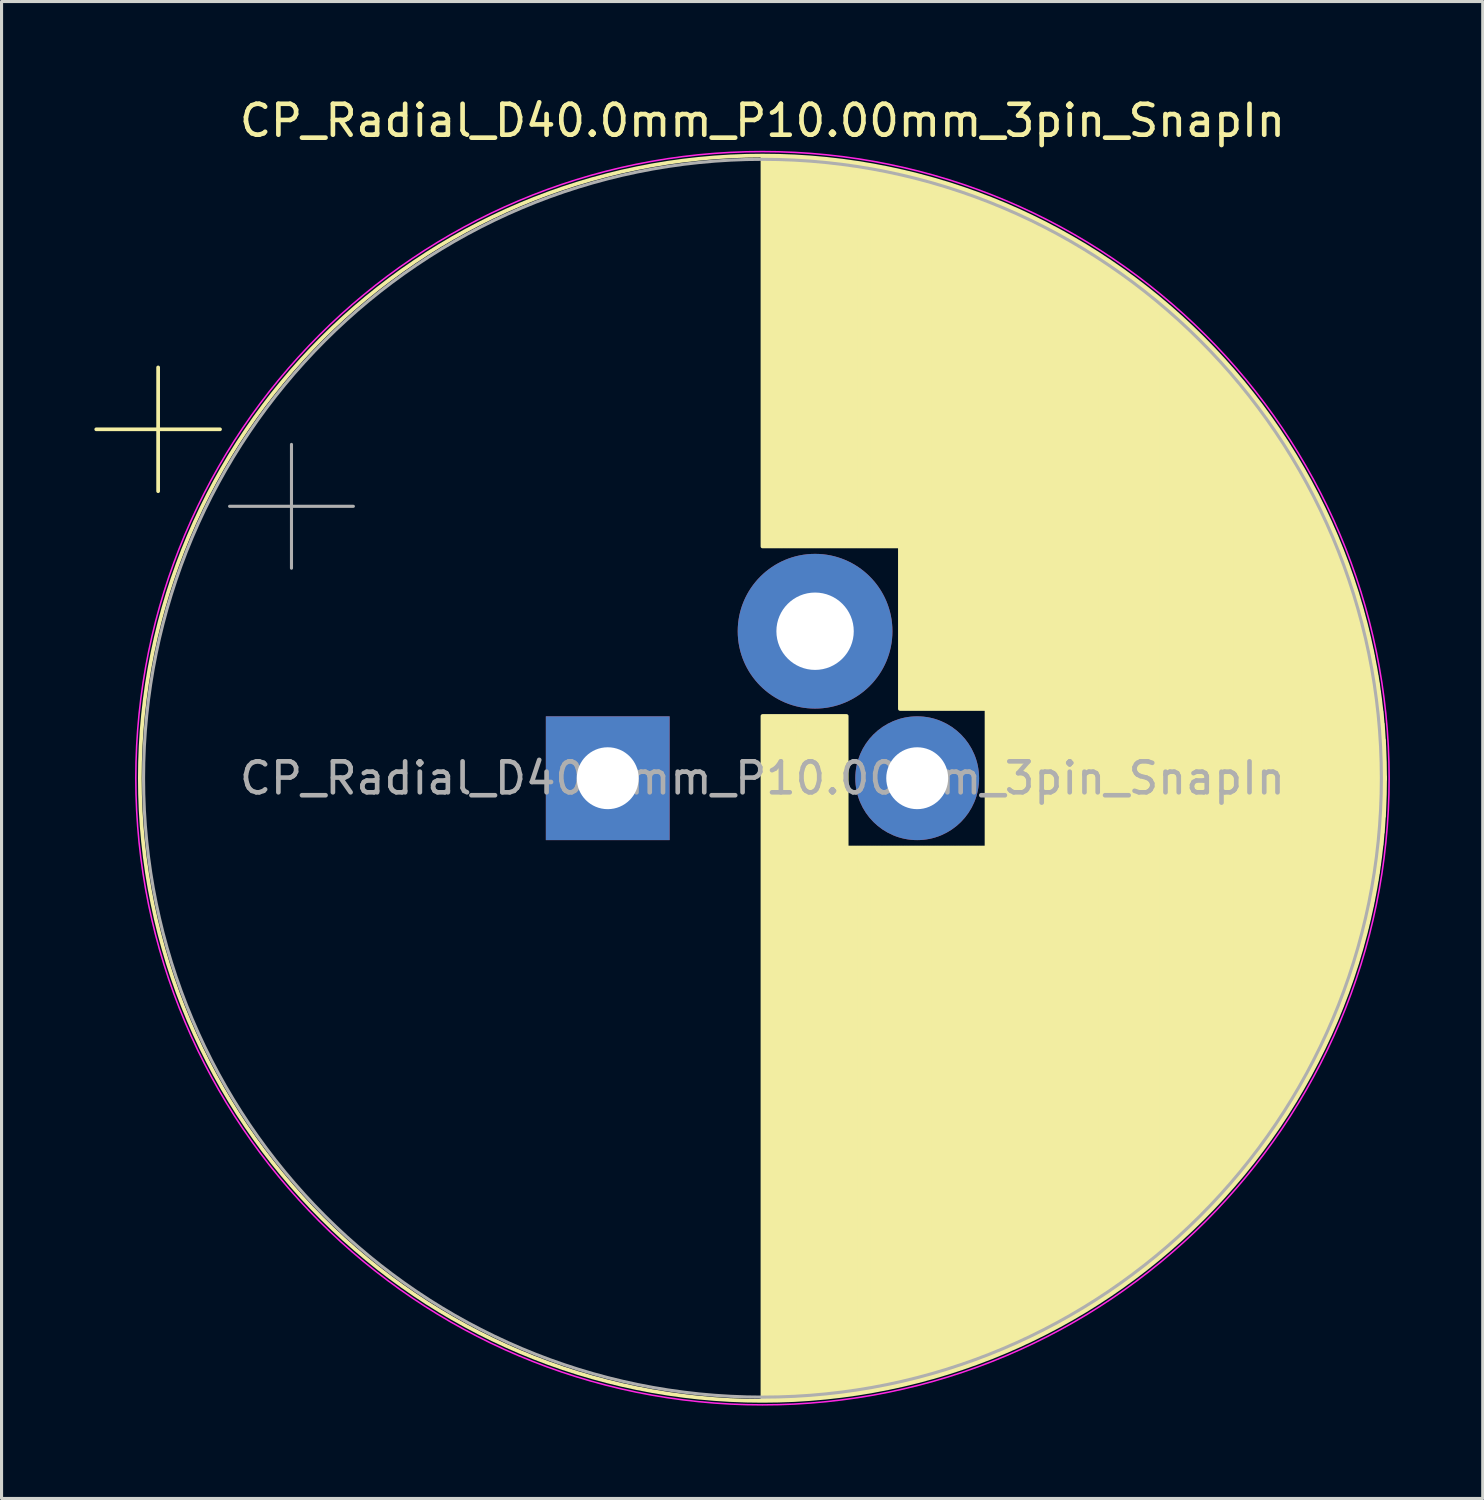
<source format=kicad_pcb>
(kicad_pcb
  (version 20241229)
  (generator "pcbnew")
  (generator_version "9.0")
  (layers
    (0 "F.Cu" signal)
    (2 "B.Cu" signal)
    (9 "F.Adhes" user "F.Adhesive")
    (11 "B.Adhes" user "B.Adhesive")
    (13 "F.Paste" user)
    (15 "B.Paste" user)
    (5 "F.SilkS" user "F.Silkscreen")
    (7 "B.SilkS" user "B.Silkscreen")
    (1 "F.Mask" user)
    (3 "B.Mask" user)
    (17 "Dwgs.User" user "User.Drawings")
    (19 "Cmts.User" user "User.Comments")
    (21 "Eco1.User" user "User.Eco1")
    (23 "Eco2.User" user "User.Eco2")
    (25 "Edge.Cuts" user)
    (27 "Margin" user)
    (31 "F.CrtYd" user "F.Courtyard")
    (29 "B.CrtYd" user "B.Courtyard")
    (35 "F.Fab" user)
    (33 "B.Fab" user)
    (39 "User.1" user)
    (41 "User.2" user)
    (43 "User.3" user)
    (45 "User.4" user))
  (footprint "CP_Radial_D40.0mm_P10.00mm_3pin_SnapIn"
    (layer "F.Cu")
    (at 16.589 22.098)
    (property "Reference" "CP_Radial_D40.0mm_P10.00mm_3pin_SnapIn" (at 5 -21.25 0) (layer "F.SilkS") (effects (font (size 1 1) (thickness 0.15))))
    (attr through_hole)
    (fp_line (start -16.529 -11.275) (end -12.529 -11.275) (stroke (width 0.12) (type solid)) (layer "F.SilkS"))
    (fp_line (start -14.529 -13.275) (end -14.529 -9.275) (stroke (width 0.12) (type solid)) (layer "F.SilkS"))
    (fp_line (start 5 -20.08) (end 5 -7.49) (stroke (width 0.12) (type solid)) (layer "F.SilkS"))
    (fp_line (start 5 -2.01) (end 5 20.08) (stroke (width 0.12) (type solid)) (layer "F.SilkS"))
    (fp_line (start 5.04 -20.08) (end 5.04 -7.49) (stroke (width 0.12) (type solid)) (layer "F.SilkS"))
    (fp_line (start 5.04 -2.01) (end 5.04 20.08) (stroke (width 0.12) (type solid)) (layer "F.SilkS"))
    (fp_line (start 5.08 -20.08) (end 5.08 -7.49) (stroke (width 0.12) (type solid)) (layer "F.SilkS"))
    (fp_line (start 5.08 -2.01) (end 5.08 20.08) (stroke (width 0.12) (type solid)) (layer "F.SilkS"))
    (fp_line (start 5.12 -20.08) (end 5.12 -7.49) (stroke (width 0.12) (type solid)) (layer "F.SilkS"))
    (fp_line (start 5.12 -2.01) (end 5.12 20.08) (stroke (width 0.12) (type solid)) (layer "F.SilkS"))
    (fp_line (start 5.16 -20.08) (end 5.16 -7.49) (stroke (width 0.12) (type solid)) (layer "F.SilkS"))
    (fp_line (start 5.16 -2.01) (end 5.16 20.08) (stroke (width 0.12) (type solid)) (layer "F.SilkS"))
    (fp_line (start 5.2 -20.08) (end 5.2 -7.49) (stroke (width 0.12) (type solid)) (layer "F.SilkS"))
    (fp_line (start 5.2 -2.01) (end 5.2 20.08) (stroke (width 0.12) (type solid)) (layer "F.SilkS"))
    (fp_line (start 5.24 -20.079) (end 5.24 -7.49) (stroke (width 0.12) (type solid)) (layer "F.SilkS"))
    (fp_line (start 5.24 -2.01) (end 5.24 20.079) (stroke (width 0.12) (type solid)) (layer "F.SilkS"))
    (fp_line (start 5.28 -20.079) (end 5.28 -7.49) (stroke (width 0.12) (type solid)) (layer "F.SilkS"))
    (fp_line (start 5.28 -2.01) (end 5.28 20.079) (stroke (width 0.12) (type solid)) (layer "F.SilkS"))
    (fp_line (start 5.32 -20.078) (end 5.32 -7.49) (stroke (width 0.12) (type solid)) (layer "F.SilkS"))
    (fp_line (start 5.32 -2.01) (end 5.32 20.078) (stroke (width 0.12) (type solid)) (layer "F.SilkS"))
    (fp_line (start 5.36 -20.077) (end 5.36 -7.49) (stroke (width 0.12) (type solid)) (layer "F.SilkS"))
    (fp_line (start 5.36 -2.01) (end 5.36 20.077) (stroke (width 0.12) (type solid)) (layer "F.SilkS"))
    (fp_line (start 5.4 -20.077) (end 5.4 -7.49) (stroke (width 0.12) (type solid)) (layer "F.SilkS"))
    (fp_line (start 5.4 -2.01) (end 5.4 20.077) (stroke (width 0.12) (type solid)) (layer "F.SilkS"))
    (fp_line (start 5.44 -20.076) (end 5.44 -7.49) (stroke (width 0.12) (type solid)) (layer "F.SilkS"))
    (fp_line (start 5.44 -2.01) (end 5.44 20.076) (stroke (width 0.12) (type solid)) (layer "F.SilkS"))
    (fp_line (start 5.48 -20.075) (end 5.48 -7.49) (stroke (width 0.12) (type solid)) (layer "F.SilkS"))
    (fp_line (start 5.48 -2.01) (end 5.48 20.075) (stroke (width 0.12) (type solid)) (layer "F.SilkS"))
    (fp_line (start 5.52 -20.074) (end 5.52 -7.49) (stroke (width 0.12) (type solid)) (layer "F.SilkS"))
    (fp_line (start 5.52 -2.01) (end 5.52 20.074) (stroke (width 0.12) (type solid)) (layer "F.SilkS"))
    (fp_line (start 5.56 -20.073) (end 5.56 -7.49) (stroke (width 0.12) (type solid)) (layer "F.SilkS"))
    (fp_line (start 5.56 -2.01) (end 5.56 20.073) (stroke (width 0.12) (type solid)) (layer "F.SilkS"))
    (fp_line (start 5.6 -20.072) (end 5.6 -7.49) (stroke (width 0.12) (type solid)) (layer "F.SilkS"))
    (fp_line (start 5.6 -2.01) (end 5.6 20.072) (stroke (width 0.12) (type solid)) (layer "F.SilkS"))
    (fp_line (start 5.64 -20.07) (end 5.64 -7.49) (stroke (width 0.12) (type solid)) (layer "F.SilkS"))
    (fp_line (start 5.64 -2.01) (end 5.64 20.07) (stroke (width 0.12) (type solid)) (layer "F.SilkS"))
    (fp_line (start 5.68 -20.069) (end 5.68 -7.49) (stroke (width 0.12) (type solid)) (layer "F.SilkS"))
    (fp_line (start 5.68 -2.01) (end 5.68 20.069) (stroke (width 0.12) (type solid)) (layer "F.SilkS"))
    (fp_line (start 5.721 -20.068) (end 5.721 -7.49) (stroke (width 0.12) (type solid)) (layer "F.SilkS"))
    (fp_line (start 5.721 -2.01) (end 5.721 20.068) (stroke (width 0.12) (type solid)) (layer "F.SilkS"))
    (fp_line (start 5.761 -20.066) (end 5.761 -7.49) (stroke (width 0.12) (type solid)) (layer "F.SilkS"))
    (fp_line (start 5.761 -2.01) (end 5.761 20.066) (stroke (width 0.12) (type solid)) (layer "F.SilkS"))
    (fp_line (start 5.801 -20.065) (end 5.801 -7.49) (stroke (width 0.12) (type solid)) (layer "F.SilkS"))
    (fp_line (start 5.801 -2.01) (end 5.801 20.065) (stroke (width 0.12) (type solid)) (layer "F.SilkS"))
    (fp_line (start 5.841 -20.063) (end 5.841 -7.49) (stroke (width 0.12) (type solid)) (layer "F.SilkS"))
    (fp_line (start 5.841 -2.01) (end 5.841 20.063) (stroke (width 0.12) (type solid)) (layer "F.SilkS"))
    (fp_line (start 5.881 -20.061) (end 5.881 -7.49) (stroke (width 0.12) (type solid)) (layer "F.SilkS"))
    (fp_line (start 5.881 -2.01) (end 5.881 20.061) (stroke (width 0.12) (type solid)) (layer "F.SilkS"))
    (fp_line (start 5.921 -20.059) (end 5.921 -7.49) (stroke (width 0.12) (type solid)) (layer "F.SilkS"))
    (fp_line (start 5.921 -2.01) (end 5.921 20.059) (stroke (width 0.12) (type solid)) (layer "F.SilkS"))
    (fp_line (start 5.961 -20.058) (end 5.961 -7.49) (stroke (width 0.12) (type solid)) (layer "F.SilkS"))
    (fp_line (start 5.961 -2.01) (end 5.961 20.058) (stroke (width 0.12) (type solid)) (layer "F.SilkS"))
    (fp_line (start 6.001 -20.056) (end 6.001 -7.49) (stroke (width 0.12) (type solid)) (layer "F.SilkS"))
    (fp_line (start 6.001 -2.01) (end 6.001 20.056) (stroke (width 0.12) (type solid)) (layer "F.SilkS"))
    (fp_line (start 6.041 -20.054) (end 6.041 -7.49) (stroke (width 0.12) (type solid)) (layer "F.SilkS"))
    (fp_line (start 6.041 -2.01) (end 6.041 20.054) (stroke (width 0.12) (type solid)) (layer "F.SilkS"))
    (fp_line (start 6.081 -20.051) (end 6.081 -7.49) (stroke (width 0.12) (type solid)) (layer "F.SilkS"))
    (fp_line (start 6.081 -2.01) (end 6.081 20.051) (stroke (width 0.12) (type solid)) (layer "F.SilkS"))
    (fp_line (start 6.121 -20.049) (end 6.121 -7.49) (stroke (width 0.12) (type solid)) (layer "F.SilkS"))
    (fp_line (start 6.121 -2.01) (end 6.121 20.049) (stroke (width 0.12) (type solid)) (layer "F.SilkS"))
    (fp_line (start 6.161 -20.047) (end 6.161 -7.49) (stroke (width 0.12) (type solid)) (layer "F.SilkS"))
    (fp_line (start 6.161 -2.01) (end 6.161 20.047) (stroke (width 0.12) (type solid)) (layer "F.SilkS"))
    (fp_line (start 6.201 -20.045) (end 6.201 -7.49) (stroke (width 0.12) (type solid)) (layer "F.SilkS"))
    (fp_line (start 6.201 -2.01) (end 6.201 20.045) (stroke (width 0.12) (type solid)) (layer "F.SilkS"))
    (fp_line (start 6.241 -20.042) (end 6.241 -7.49) (stroke (width 0.12) (type solid)) (layer "F.SilkS"))
    (fp_line (start 6.241 -2.01) (end 6.241 20.042) (stroke (width 0.12) (type solid)) (layer "F.SilkS"))
    (fp_line (start 6.281 -20.04) (end 6.281 -7.49) (stroke (width 0.12) (type solid)) (layer "F.SilkS"))
    (fp_line (start 6.281 -2.01) (end 6.281 20.04) (stroke (width 0.12) (type solid)) (layer "F.SilkS"))
    (fp_line (start 6.321 -20.037) (end 6.321 -7.49) (stroke (width 0.12) (type solid)) (layer "F.SilkS"))
    (fp_line (start 6.321 -2.01) (end 6.321 20.037) (stroke (width 0.12) (type solid)) (layer "F.SilkS"))
    (fp_line (start 6.361 -20.034) (end 6.361 -7.49) (stroke (width 0.12) (type solid)) (layer "F.SilkS"))
    (fp_line (start 6.361 -2.01) (end 6.361 20.034) (stroke (width 0.12) (type solid)) (layer "F.SilkS"))
    (fp_line (start 6.401 -20.032) (end 6.401 -7.49) (stroke (width 0.12) (type solid)) (layer "F.SilkS"))
    (fp_line (start 6.401 -2.01) (end 6.401 20.032) (stroke (width 0.12) (type solid)) (layer "F.SilkS"))
    (fp_line (start 6.441 -20.029) (end 6.441 -7.49) (stroke (width 0.12) (type solid)) (layer "F.SilkS"))
    (fp_line (start 6.441 -2.01) (end 6.441 20.029) (stroke (width 0.12) (type solid)) (layer "F.SilkS"))
    (fp_line (start 6.481 -20.026) (end 6.481 -7.49) (stroke (width 0.12) (type solid)) (layer "F.SilkS"))
    (fp_line (start 6.481 -2.01) (end 6.481 20.026) (stroke (width 0.12) (type solid)) (layer "F.SilkS"))
    (fp_line (start 6.521 -20.023) (end 6.521 -7.49) (stroke (width 0.12) (type solid)) (layer "F.SilkS"))
    (fp_line (start 6.521 -2.01) (end 6.521 20.023) (stroke (width 0.12) (type solid)) (layer "F.SilkS"))
    (fp_line (start 6.561 -20.02) (end 6.561 -7.49) (stroke (width 0.12) (type solid)) (layer "F.SilkS"))
    (fp_line (start 6.561 -2.01) (end 6.561 20.02) (stroke (width 0.12) (type solid)) (layer "F.SilkS"))
    (fp_line (start 6.601 -20.017) (end 6.601 -7.49) (stroke (width 0.12) (type solid)) (layer "F.SilkS"))
    (fp_line (start 6.601 -2.01) (end 6.601 20.017) (stroke (width 0.12) (type solid)) (layer "F.SilkS"))
    (fp_line (start 6.641 -20.014) (end 6.641 -7.49) (stroke (width 0.12) (type solid)) (layer "F.SilkS"))
    (fp_line (start 6.641 -2.01) (end 6.641 20.014) (stroke (width 0.12) (type solid)) (layer "F.SilkS"))
    (fp_line (start 6.681 -20.01) (end 6.681 -7.49) (stroke (width 0.12) (type solid)) (layer "F.SilkS"))
    (fp_line (start 6.681 -2.01) (end 6.681 20.01) (stroke (width 0.12) (type solid)) (layer "F.SilkS"))
    (fp_line (start 6.721 -20.007) (end 6.721 -7.49) (stroke (width 0.12) (type solid)) (layer "F.SilkS"))
    (fp_line (start 6.721 -2.01) (end 6.721 20.007) (stroke (width 0.12) (type solid)) (layer "F.SilkS"))
    (fp_line (start 6.761 -20.003) (end 6.761 -7.49) (stroke (width 0.12) (type solid)) (layer "F.SilkS"))
    (fp_line (start 6.761 -2.01) (end 6.761 20.003) (stroke (width 0.12) (type solid)) (layer "F.SilkS"))
    (fp_line (start 6.801 -20) (end 6.801 -7.49) (stroke (width 0.12) (type solid)) (layer "F.SilkS"))
    (fp_line (start 6.801 -2.01) (end 6.801 20) (stroke (width 0.12) (type solid)) (layer "F.SilkS"))
    (fp_line (start 6.841 -19.996) (end 6.841 -7.49) (stroke (width 0.12) (type solid)) (layer "F.SilkS"))
    (fp_line (start 6.841 -2.01) (end 6.841 19.996) (stroke (width 0.12) (type solid)) (layer "F.SilkS"))
    (fp_line (start 6.881 -19.992) (end 6.881 -7.49) (stroke (width 0.12) (type solid)) (layer "F.SilkS"))
    (fp_line (start 6.881 -2.01) (end 6.881 19.992) (stroke (width 0.12) (type solid)) (layer "F.SilkS"))
    (fp_line (start 6.921 -19.989) (end 6.921 -7.49) (stroke (width 0.12) (type solid)) (layer "F.SilkS"))
    (fp_line (start 6.921 -2.01) (end 6.921 19.989) (stroke (width 0.12) (type solid)) (layer "F.SilkS"))
    (fp_line (start 6.961 -19.985) (end 6.961 -7.49) (stroke (width 0.12) (type solid)) (layer "F.SilkS"))
    (fp_line (start 6.961 -2.01) (end 6.961 19.985) (stroke (width 0.12) (type solid)) (layer "F.SilkS"))
    (fp_line (start 7.001 -19.981) (end 7.001 -7.49) (stroke (width 0.12) (type solid)) (layer "F.SilkS"))
    (fp_line (start 7.001 -2.01) (end 7.001 19.981) (stroke (width 0.12) (type solid)) (layer "F.SilkS"))
    (fp_line (start 7.041 -19.977) (end 7.041 -7.49) (stroke (width 0.12) (type solid)) (layer "F.SilkS"))
    (fp_line (start 7.041 -2.01) (end 7.041 19.977) (stroke (width 0.12) (type solid)) (layer "F.SilkS"))
    (fp_line (start 7.081 -19.973) (end 7.081 -7.49) (stroke (width 0.12) (type solid)) (layer "F.SilkS"))
    (fp_line (start 7.081 -2.01) (end 7.081 19.973) (stroke (width 0.12) (type solid)) (layer "F.SilkS"))
    (fp_line (start 7.121 -19.968) (end 7.121 -7.49) (stroke (width 0.12) (type solid)) (layer "F.SilkS"))
    (fp_line (start 7.121 -2.01) (end 7.121 19.968) (stroke (width 0.12) (type solid)) (layer "F.SilkS"))
    (fp_line (start 7.161 -19.964) (end 7.161 -7.49) (stroke (width 0.12) (type solid)) (layer "F.SilkS"))
    (fp_line (start 7.161 -2.01) (end 7.161 19.964) (stroke (width 0.12) (type solid)) (layer "F.SilkS"))
    (fp_line (start 7.201 -19.96) (end 7.201 -7.49) (stroke (width 0.12) (type solid)) (layer "F.SilkS"))
    (fp_line (start 7.201 -2.01) (end 7.201 19.96) (stroke (width 0.12) (type solid)) (layer "F.SilkS"))
    (fp_line (start 7.241 -19.955) (end 7.241 -7.49) (stroke (width 0.12) (type solid)) (layer "F.SilkS"))
    (fp_line (start 7.241 -2.01) (end 7.241 19.955) (stroke (width 0.12) (type solid)) (layer "F.SilkS"))
    (fp_line (start 7.281 -19.951) (end 7.281 -7.49) (stroke (width 0.12) (type solid)) (layer "F.SilkS"))
    (fp_line (start 7.281 -2.01) (end 7.281 19.951) (stroke (width 0.12) (type solid)) (layer "F.SilkS"))
    (fp_line (start 7.321 -19.946) (end 7.321 -7.49) (stroke (width 0.12) (type solid)) (layer "F.SilkS"))
    (fp_line (start 7.321 -2.01) (end 7.321 19.946) (stroke (width 0.12) (type solid)) (layer "F.SilkS"))
    (fp_line (start 7.361 -19.942) (end 7.361 -7.49) (stroke (width 0.12) (type solid)) (layer "F.SilkS"))
    (fp_line (start 7.361 -2.01) (end 7.361 19.942) (stroke (width 0.12) (type solid)) (layer "F.SilkS"))
    (fp_line (start 7.401 -19.937) (end 7.401 -7.49) (stroke (width 0.12) (type solid)) (layer "F.SilkS"))
    (fp_line (start 7.401 -2.01) (end 7.401 19.937) (stroke (width 0.12) (type solid)) (layer "F.SilkS"))
    (fp_line (start 7.441 -19.932) (end 7.441 -7.49) (stroke (width 0.12) (type solid)) (layer "F.SilkS"))
    (fp_line (start 7.441 -2.01) (end 7.441 19.932) (stroke (width 0.12) (type solid)) (layer "F.SilkS"))
    (fp_line (start 7.481 -19.927) (end 7.481 -7.49) (stroke (width 0.12) (type solid)) (layer "F.SilkS"))
    (fp_line (start 7.481 -2.01) (end 7.481 19.927) (stroke (width 0.12) (type solid)) (layer "F.SilkS"))
    (fp_line (start 7.521 -19.922) (end 7.521 -7.49) (stroke (width 0.12) (type solid)) (layer "F.SilkS"))
    (fp_line (start 7.521 -2.01) (end 7.521 19.922) (stroke (width 0.12) (type solid)) (layer "F.SilkS"))
    (fp_line (start 7.561 -19.917) (end 7.561 -7.49) (stroke (width 0.12) (type solid)) (layer "F.SilkS"))
    (fp_line (start 7.561 -2.01) (end 7.561 19.917) (stroke (width 0.12) (type solid)) (layer "F.SilkS"))
    (fp_line (start 7.601 -19.912) (end 7.601 -7.49) (stroke (width 0.12) (type solid)) (layer "F.SilkS"))
    (fp_line (start 7.601 -2.01) (end 7.601 19.912) (stroke (width 0.12) (type solid)) (layer "F.SilkS"))
    (fp_line (start 7.641 -19.907) (end 7.641 -7.49) (stroke (width 0.12) (type solid)) (layer "F.SilkS"))
    (fp_line (start 7.641 -2.01) (end 7.641 19.907) (stroke (width 0.12) (type solid)) (layer "F.SilkS"))
    (fp_line (start 7.681 -19.901) (end 7.681 -7.49) (stroke (width 0.12) (type solid)) (layer "F.SilkS"))
    (fp_line (start 7.681 -2.01) (end 7.681 19.901) (stroke (width 0.12) (type solid)) (layer "F.SilkS"))
    (fp_line (start 7.721 -19.896) (end 7.721 -7.49) (stroke (width 0.12) (type solid)) (layer "F.SilkS"))
    (fp_line (start 7.721 -2.01) (end 7.721 19.896) (stroke (width 0.12) (type solid)) (layer "F.SilkS"))
    (fp_line (start 7.761 -19.89) (end 7.761 -7.49) (stroke (width 0.12) (type solid)) (layer "F.SilkS"))
    (fp_line (start 7.761 2.24) (end 7.761 19.89) (stroke (width 0.12) (type solid)) (layer "F.SilkS"))
    (fp_line (start 7.801 -19.885) (end 7.801 -7.49) (stroke (width 0.12) (type solid)) (layer "F.SilkS"))
    (fp_line (start 7.801 2.24) (end 7.801 19.885) (stroke (width 0.12) (type solid)) (layer "F.SilkS"))
    (fp_line (start 7.841 -19.879) (end 7.841 -7.49) (stroke (width 0.12) (type solid)) (layer "F.SilkS"))
    (fp_line (start 7.841 2.24) (end 7.841 19.879) (stroke (width 0.12) (type solid)) (layer "F.SilkS"))
    (fp_line (start 7.881 -19.873) (end 7.881 -7.49) (stroke (width 0.12) (type solid)) (layer "F.SilkS"))
    (fp_line (start 7.881 2.24) (end 7.881 19.873) (stroke (width 0.12) (type solid)) (layer "F.SilkS"))
    (fp_line (start 7.921 -19.867) (end 7.921 -7.49) (stroke (width 0.12) (type solid)) (layer "F.SilkS"))
    (fp_line (start 7.921 2.24) (end 7.921 19.867) (stroke (width 0.12) (type solid)) (layer "F.SilkS"))
    (fp_line (start 7.961 -19.862) (end 7.961 -7.49) (stroke (width 0.12) (type solid)) (layer "F.SilkS"))
    (fp_line (start 7.961 2.24) (end 7.961 19.862) (stroke (width 0.12) (type solid)) (layer "F.SilkS"))
    (fp_line (start 8.001 -19.856) (end 8.001 -7.49) (stroke (width 0.12) (type solid)) (layer "F.SilkS"))
    (fp_line (start 8.001 2.24) (end 8.001 19.856) (stroke (width 0.12) (type solid)) (layer "F.SilkS"))
    (fp_line (start 8.041 -19.85) (end 8.041 -7.49) (stroke (width 0.12) (type solid)) (layer "F.SilkS"))
    (fp_line (start 8.041 2.24) (end 8.041 19.85) (stroke (width 0.12) (type solid)) (layer "F.SilkS"))
    (fp_line (start 8.081 -19.843) (end 8.081 -7.49) (stroke (width 0.12) (type solid)) (layer "F.SilkS"))
    (fp_line (start 8.081 2.24) (end 8.081 19.843) (stroke (width 0.12) (type solid)) (layer "F.SilkS"))
    (fp_line (start 8.121 -19.837) (end 8.121 -7.49) (stroke (width 0.12) (type solid)) (layer "F.SilkS"))
    (fp_line (start 8.121 2.24) (end 8.121 19.837) (stroke (width 0.12) (type solid)) (layer "F.SilkS"))
    (fp_line (start 8.161 -19.831) (end 8.161 -7.49) (stroke (width 0.12) (type solid)) (layer "F.SilkS"))
    (fp_line (start 8.161 2.24) (end 8.161 19.831) (stroke (width 0.12) (type solid)) (layer "F.SilkS"))
    (fp_line (start 8.201 -19.824) (end 8.201 -7.49) (stroke (width 0.12) (type solid)) (layer "F.SilkS"))
    (fp_line (start 8.201 2.24) (end 8.201 19.824) (stroke (width 0.12) (type solid)) (layer "F.SilkS"))
    (fp_line (start 8.241 -19.818) (end 8.241 -7.49) (stroke (width 0.12) (type solid)) (layer "F.SilkS"))
    (fp_line (start 8.241 2.24) (end 8.241 19.818) (stroke (width 0.12) (type solid)) (layer "F.SilkS"))
    (fp_line (start 8.281 -19.811) (end 8.281 -7.49) (stroke (width 0.12) (type solid)) (layer "F.SilkS"))
    (fp_line (start 8.281 2.24) (end 8.281 19.811) (stroke (width 0.12) (type solid)) (layer "F.SilkS"))
    (fp_line (start 8.321 -19.805) (end 8.321 -7.49) (stroke (width 0.12) (type solid)) (layer "F.SilkS"))
    (fp_line (start 8.321 2.24) (end 8.321 19.805) (stroke (width 0.12) (type solid)) (layer "F.SilkS"))
    (fp_line (start 8.361 -19.798) (end 8.361 -7.49) (stroke (width 0.12) (type solid)) (layer "F.SilkS"))
    (fp_line (start 8.361 2.24) (end 8.361 19.798) (stroke (width 0.12) (type solid)) (layer "F.SilkS"))
    (fp_line (start 8.401 -19.791) (end 8.401 -7.49) (stroke (width 0.12) (type solid)) (layer "F.SilkS"))
    (fp_line (start 8.401 2.24) (end 8.401 19.791) (stroke (width 0.12) (type solid)) (layer "F.SilkS"))
    (fp_line (start 8.441 -19.784) (end 8.441 -7.49) (stroke (width 0.12) (type solid)) (layer "F.SilkS"))
    (fp_line (start 8.441 2.24) (end 8.441 19.784) (stroke (width 0.12) (type solid)) (layer "F.SilkS"))
    (fp_line (start 8.481 -19.777) (end 8.481 -7.49) (stroke (width 0.12) (type solid)) (layer "F.SilkS"))
    (fp_line (start 8.481 2.24) (end 8.481 19.777) (stroke (width 0.12) (type solid)) (layer "F.SilkS"))
    (fp_line (start 8.521 -19.77) (end 8.521 -7.49) (stroke (width 0.12) (type solid)) (layer "F.SilkS"))
    (fp_line (start 8.521 2.24) (end 8.521 19.77) (stroke (width 0.12) (type solid)) (layer "F.SilkS"))
    (fp_line (start 8.561 -19.763) (end 8.561 -7.49) (stroke (width 0.12) (type solid)) (layer "F.SilkS"))
    (fp_line (start 8.561 2.24) (end 8.561 19.763) (stroke (width 0.12) (type solid)) (layer "F.SilkS"))
    (fp_line (start 8.601 -19.756) (end 8.601 -7.49) (stroke (width 0.12) (type solid)) (layer "F.SilkS"))
    (fp_line (start 8.601 2.24) (end 8.601 19.756) (stroke (width 0.12) (type solid)) (layer "F.SilkS"))
    (fp_line (start 8.641 -19.748) (end 8.641 -7.49) (stroke (width 0.12) (type solid)) (layer "F.SilkS"))
    (fp_line (start 8.641 2.24) (end 8.641 19.748) (stroke (width 0.12) (type solid)) (layer "F.SilkS"))
    (fp_line (start 8.681 -19.741) (end 8.681 -7.49) (stroke (width 0.12) (type solid)) (layer "F.SilkS"))
    (fp_line (start 8.681 2.24) (end 8.681 19.741) (stroke (width 0.12) (type solid)) (layer "F.SilkS"))
    (fp_line (start 8.721 -19.734) (end 8.721 -7.49) (stroke (width 0.12) (type solid)) (layer "F.SilkS"))
    (fp_line (start 8.721 2.24) (end 8.721 19.734) (stroke (width 0.12) (type solid)) (layer "F.SilkS"))
    (fp_line (start 8.761 -19.726) (end 8.761 -7.49) (stroke (width 0.12) (type solid)) (layer "F.SilkS"))
    (fp_line (start 8.761 2.24) (end 8.761 19.726) (stroke (width 0.12) (type solid)) (layer "F.SilkS"))
    (fp_line (start 8.801 -19.718) (end 8.801 -7.49) (stroke (width 0.12) (type solid)) (layer "F.SilkS"))
    (fp_line (start 8.801 2.24) (end 8.801 19.718) (stroke (width 0.12) (type solid)) (layer "F.SilkS"))
    (fp_line (start 8.841 -19.711) (end 8.841 -7.49) (stroke (width 0.12) (type solid)) (layer "F.SilkS"))
    (fp_line (start 8.841 2.24) (end 8.841 19.711) (stroke (width 0.12) (type solid)) (layer "F.SilkS"))
    (fp_line (start 8.881 -19.703) (end 8.881 -7.49) (stroke (width 0.12) (type solid)) (layer "F.SilkS"))
    (fp_line (start 8.881 2.24) (end 8.881 19.703) (stroke (width 0.12) (type solid)) (layer "F.SilkS"))
    (fp_line (start 8.921 -19.695) (end 8.921 -7.49) (stroke (width 0.12) (type solid)) (layer "F.SilkS"))
    (fp_line (start 8.921 2.24) (end 8.921 19.695) (stroke (width 0.12) (type solid)) (layer "F.SilkS"))
    (fp_line (start 8.961 -19.687) (end 8.961 -7.49) (stroke (width 0.12) (type solid)) (layer "F.SilkS"))
    (fp_line (start 8.961 2.24) (end 8.961 19.687) (stroke (width 0.12) (type solid)) (layer "F.SilkS"))
    (fp_line (start 9.001 -19.679) (end 9.001 -7.49) (stroke (width 0.12) (type solid)) (layer "F.SilkS"))
    (fp_line (start 9.001 2.24) (end 9.001 19.679) (stroke (width 0.12) (type solid)) (layer "F.SilkS"))
    (fp_line (start 9.041 -19.671) (end 9.041 -7.49) (stroke (width 0.12) (type solid)) (layer "F.SilkS"))
    (fp_line (start 9.041 2.24) (end 9.041 19.671) (stroke (width 0.12) (type solid)) (layer "F.SilkS"))
    (fp_line (start 9.081 -19.662) (end 9.081 -7.49) (stroke (width 0.12) (type solid)) (layer "F.SilkS"))
    (fp_line (start 9.081 2.24) (end 9.081 19.662) (stroke (width 0.12) (type solid)) (layer "F.SilkS"))
    (fp_line (start 9.121 -19.654) (end 9.121 -7.49) (stroke (width 0.12) (type solid)) (layer "F.SilkS"))
    (fp_line (start 9.121 2.24) (end 9.121 19.654) (stroke (width 0.12) (type solid)) (layer "F.SilkS"))
    (fp_line (start 9.161 -19.646) (end 9.161 -7.49) (stroke (width 0.12) (type solid)) (layer "F.SilkS"))
    (fp_line (start 9.161 2.24) (end 9.161 19.646) (stroke (width 0.12) (type solid)) (layer "F.SilkS"))
    (fp_line (start 9.201 -19.637) (end 9.201 -7.49) (stroke (width 0.12) (type solid)) (layer "F.SilkS"))
    (fp_line (start 9.201 2.24) (end 9.201 19.637) (stroke (width 0.12) (type solid)) (layer "F.SilkS"))
    (fp_line (start 9.241 -19.629) (end 9.241 -7.49) (stroke (width 0.12) (type solid)) (layer "F.SilkS"))
    (fp_line (start 9.241 2.24) (end 9.241 19.629) (stroke (width 0.12) (type solid)) (layer "F.SilkS"))
    (fp_line (start 9.281 -19.62) (end 9.281 -7.49) (stroke (width 0.12) (type solid)) (layer "F.SilkS"))
    (fp_line (start 9.281 2.24) (end 9.281 19.62) (stroke (width 0.12) (type solid)) (layer "F.SilkS"))
    (fp_line (start 9.321 -19.611) (end 9.321 -7.49) (stroke (width 0.12) (type solid)) (layer "F.SilkS"))
    (fp_line (start 9.321 2.24) (end 9.321 19.611) (stroke (width 0.12) (type solid)) (layer "F.SilkS"))
    (fp_line (start 9.361 -19.602) (end 9.361 -7.49) (stroke (width 0.12) (type solid)) (layer "F.SilkS"))
    (fp_line (start 9.361 2.24) (end 9.361 19.602) (stroke (width 0.12) (type solid)) (layer "F.SilkS"))
    (fp_line (start 9.401 -19.593) (end 9.401 -7.49) (stroke (width 0.12) (type solid)) (layer "F.SilkS"))
    (fp_line (start 9.401 2.24) (end 9.401 19.593) (stroke (width 0.12) (type solid)) (layer "F.SilkS"))
    (fp_line (start 9.441 -19.584) (end 9.441 -2.24) (stroke (width 0.12) (type solid)) (layer "F.SilkS"))
    (fp_line (start 9.441 2.24) (end 9.441 19.584) (stroke (width 0.12) (type solid)) (layer "F.SilkS"))
    (fp_line (start 9.481 -19.575) (end 9.481 -2.24) (stroke (width 0.12) (type solid)) (layer "F.SilkS"))
    (fp_line (start 9.481 2.24) (end 9.481 19.575) (stroke (width 0.12) (type solid)) (layer "F.SilkS"))
    (fp_line (start 9.521 -19.566) (end 9.521 -2.24) (stroke (width 0.12) (type solid)) (layer "F.SilkS"))
    (fp_line (start 9.521 2.24) (end 9.521 19.566) (stroke (width 0.12) (type solid)) (layer "F.SilkS"))
    (fp_line (start 9.561 -19.557) (end 9.561 -2.24) (stroke (width 0.12) (type solid)) (layer "F.SilkS"))
    (fp_line (start 9.561 2.24) (end 9.561 19.557) (stroke (width 0.12) (type solid)) (layer "F.SilkS"))
    (fp_line (start 9.601 -19.548) (end 9.601 -2.24) (stroke (width 0.12) (type solid)) (layer "F.SilkS"))
    (fp_line (start 9.601 2.24) (end 9.601 19.548) (stroke (width 0.12) (type solid)) (layer "F.SilkS"))
    (fp_line (start 9.641 -19.538) (end 9.641 -2.24) (stroke (width 0.12) (type solid)) (layer "F.SilkS"))
    (fp_line (start 9.641 2.24) (end 9.641 19.538) (stroke (width 0.12) (type solid)) (layer "F.SilkS"))
    (fp_line (start 9.681 -19.529) (end 9.681 -2.24) (stroke (width 0.12) (type solid)) (layer "F.SilkS"))
    (fp_line (start 9.681 2.24) (end 9.681 19.529) (stroke (width 0.12) (type solid)) (layer "F.SilkS"))
    (fp_line (start 9.721 -19.519) (end 9.721 -2.24) (stroke (width 0.12) (type solid)) (layer "F.SilkS"))
    (fp_line (start 9.721 2.24) (end 9.721 19.519) (stroke (width 0.12) (type solid)) (layer "F.SilkS"))
    (fp_line (start 9.761 -19.509) (end 9.761 -2.24) (stroke (width 0.12) (type solid)) (layer "F.SilkS"))
    (fp_line (start 9.761 2.24) (end 9.761 19.509) (stroke (width 0.12) (type solid)) (layer "F.SilkS"))
    (fp_line (start 9.801 -19.5) (end 9.801 -2.24) (stroke (width 0.12) (type solid)) (layer "F.SilkS"))
    (fp_line (start 9.801 2.24) (end 9.801 19.5) (stroke (width 0.12) (type solid)) (layer "F.SilkS"))
    (fp_line (start 9.841 -19.49) (end 9.841 -2.24) (stroke (width 0.12) (type solid)) (layer "F.SilkS"))
    (fp_line (start 9.841 2.24) (end 9.841 19.49) (stroke (width 0.12) (type solid)) (layer "F.SilkS"))
    (fp_line (start 9.881 -19.48) (end 9.881 -2.24) (stroke (width 0.12) (type solid)) (layer "F.SilkS"))
    (fp_line (start 9.881 2.24) (end 9.881 19.48) (stroke (width 0.12) (type solid)) (layer "F.SilkS"))
    (fp_line (start 9.921 -19.47) (end 9.921 -2.24) (stroke (width 0.12) (type solid)) (layer "F.SilkS"))
    (fp_line (start 9.921 2.24) (end 9.921 19.47) (stroke (width 0.12) (type solid)) (layer "F.SilkS"))
    (fp_line (start 9.961 -19.46) (end 9.961 -2.24) (stroke (width 0.12) (type solid)) (layer "F.SilkS"))
    (fp_line (start 9.961 2.24) (end 9.961 19.46) (stroke (width 0.12) (type solid)) (layer "F.SilkS"))
    (fp_line (start 10.001 -19.449) (end 10.001 -2.24) (stroke (width 0.12) (type solid)) (layer "F.SilkS"))
    (fp_line (start 10.001 2.24) (end 10.001 19.449) (stroke (width 0.12) (type solid)) (layer "F.SilkS"))
    (fp_line (start 10.041 -19.439) (end 10.041 -2.24) (stroke (width 0.12) (type solid)) (layer "F.SilkS"))
    (fp_line (start 10.041 2.24) (end 10.041 19.439) (stroke (width 0.12) (type solid)) (layer "F.SilkS"))
    (fp_line (start 10.081 -19.429) (end 10.081 -2.24) (stroke (width 0.12) (type solid)) (layer "F.SilkS"))
    (fp_line (start 10.081 2.24) (end 10.081 19.429) (stroke (width 0.12) (type solid)) (layer "F.SilkS"))
    (fp_line (start 10.121 -19.418) (end 10.121 -2.24) (stroke (width 0.12) (type solid)) (layer "F.SilkS"))
    (fp_line (start 10.121 2.24) (end 10.121 19.418) (stroke (width 0.12) (type solid)) (layer "F.SilkS"))
    (fp_line (start 10.161 -19.408) (end 10.161 -2.24) (stroke (width 0.12) (type solid)) (layer "F.SilkS"))
    (fp_line (start 10.161 2.24) (end 10.161 19.408) (stroke (width 0.12) (type solid)) (layer "F.SilkS"))
    (fp_line (start 10.201 -19.397) (end 10.201 -2.24) (stroke (width 0.12) (type solid)) (layer "F.SilkS"))
    (fp_line (start 10.201 2.24) (end 10.201 19.397) (stroke (width 0.12) (type solid)) (layer "F.SilkS"))
    (fp_line (start 10.241 -19.386) (end 10.241 -2.24) (stroke (width 0.12) (type solid)) (layer "F.SilkS"))
    (fp_line (start 10.241 2.24) (end 10.241 19.386) (stroke (width 0.12) (type solid)) (layer "F.SilkS"))
    (fp_line (start 10.281 -19.375) (end 10.281 -2.24) (stroke (width 0.12) (type solid)) (layer "F.SilkS"))
    (fp_line (start 10.281 2.24) (end 10.281 19.375) (stroke (width 0.12) (type solid)) (layer "F.SilkS"))
    (fp_line (start 10.321 -19.364) (end 10.321 -2.24) (stroke (width 0.12) (type solid)) (layer "F.SilkS"))
    (fp_line (start 10.321 2.24) (end 10.321 19.364) (stroke (width 0.12) (type solid)) (layer "F.SilkS"))
    (fp_line (start 10.361 -19.353) (end 10.361 -2.24) (stroke (width 0.12) (type solid)) (layer "F.SilkS"))
    (fp_line (start 10.361 2.24) (end 10.361 19.353) (stroke (width 0.12) (type solid)) (layer "F.SilkS"))
    (fp_line (start 10.401 -19.342) (end 10.401 -2.24) (stroke (width 0.12) (type solid)) (layer "F.SilkS"))
    (fp_line (start 10.401 2.24) (end 10.401 19.342) (stroke (width 0.12) (type solid)) (layer "F.SilkS"))
    (fp_line (start 10.441 -19.331) (end 10.441 -2.24) (stroke (width 0.12) (type solid)) (layer "F.SilkS"))
    (fp_line (start 10.441 2.24) (end 10.441 19.331) (stroke (width 0.12) (type solid)) (layer "F.SilkS"))
    (fp_line (start 10.481 -19.32) (end 10.481 -2.24) (stroke (width 0.12) (type solid)) (layer "F.SilkS"))
    (fp_line (start 10.481 2.24) (end 10.481 19.32) (stroke (width 0.12) (type solid)) (layer "F.SilkS"))
    (fp_line (start 10.521 -19.308) (end 10.521 -2.24) (stroke (width 0.12) (type solid)) (layer "F.SilkS"))
    (fp_line (start 10.521 2.24) (end 10.521 19.308) (stroke (width 0.12) (type solid)) (layer "F.SilkS"))
    (fp_line (start 10.561 -19.297) (end 10.561 -2.24) (stroke (width 0.12) (type solid)) (layer "F.SilkS"))
    (fp_line (start 10.561 2.24) (end 10.561 19.297) (stroke (width 0.12) (type solid)) (layer "F.SilkS"))
    (fp_line (start 10.601 -19.285) (end 10.601 -2.24) (stroke (width 0.12) (type solid)) (layer "F.SilkS"))
    (fp_line (start 10.601 2.24) (end 10.601 19.285) (stroke (width 0.12) (type solid)) (layer "F.SilkS"))
    (fp_line (start 10.641 -19.274) (end 10.641 -2.24) (stroke (width 0.12) (type solid)) (layer "F.SilkS"))
    (fp_line (start 10.641 2.24) (end 10.641 19.274) (stroke (width 0.12) (type solid)) (layer "F.SilkS"))
    (fp_line (start 10.681 -19.262) (end 10.681 -2.24) (stroke (width 0.12) (type solid)) (layer "F.SilkS"))
    (fp_line (start 10.681 2.24) (end 10.681 19.262) (stroke (width 0.12) (type solid)) (layer "F.SilkS"))
    (fp_line (start 10.721 -19.25) (end 10.721 -2.24) (stroke (width 0.12) (type solid)) (layer "F.SilkS"))
    (fp_line (start 10.721 2.24) (end 10.721 19.25) (stroke (width 0.12) (type solid)) (layer "F.SilkS"))
    (fp_line (start 10.761 -19.238) (end 10.761 -2.24) (stroke (width 0.12) (type solid)) (layer "F.SilkS"))
    (fp_line (start 10.761 2.24) (end 10.761 19.238) (stroke (width 0.12) (type solid)) (layer "F.SilkS"))
    (fp_line (start 10.801 -19.226) (end 10.801 -2.24) (stroke (width 0.12) (type solid)) (layer "F.SilkS"))
    (fp_line (start 10.801 2.24) (end 10.801 19.226) (stroke (width 0.12) (type solid)) (layer "F.SilkS"))
    (fp_line (start 10.841 -19.214) (end 10.841 -2.24) (stroke (width 0.12) (type solid)) (layer "F.SilkS"))
    (fp_line (start 10.841 2.24) (end 10.841 19.214) (stroke (width 0.12) (type solid)) (layer "F.SilkS"))
    (fp_line (start 10.881 -19.202) (end 10.881 -2.24) (stroke (width 0.12) (type solid)) (layer "F.SilkS"))
    (fp_line (start 10.881 2.24) (end 10.881 19.202) (stroke (width 0.12) (type solid)) (layer "F.SilkS"))
    (fp_line (start 10.921 -19.19) (end 10.921 -2.24) (stroke (width 0.12) (type solid)) (layer "F.SilkS"))
    (fp_line (start 10.921 2.24) (end 10.921 19.19) (stroke (width 0.12) (type solid)) (layer "F.SilkS"))
    (fp_line (start 10.961 -19.177) (end 10.961 -2.24) (stroke (width 0.12) (type solid)) (layer "F.SilkS"))
    (fp_line (start 10.961 2.24) (end 10.961 19.177) (stroke (width 0.12) (type solid)) (layer "F.SilkS"))
    (fp_line (start 11.001 -19.165) (end 11.001 -2.24) (stroke (width 0.12) (type solid)) (layer "F.SilkS"))
    (fp_line (start 11.001 2.24) (end 11.001 19.165) (stroke (width 0.12) (type solid)) (layer "F.SilkS"))
    (fp_line (start 11.041 -19.152) (end 11.041 -2.24) (stroke (width 0.12) (type solid)) (layer "F.SilkS"))
    (fp_line (start 11.041 2.24) (end 11.041 19.152) (stroke (width 0.12) (type solid)) (layer "F.SilkS"))
    (fp_line (start 11.081 -19.14) (end 11.081 -2.24) (stroke (width 0.12) (type solid)) (layer "F.SilkS"))
    (fp_line (start 11.081 2.24) (end 11.081 19.14) (stroke (width 0.12) (type solid)) (layer "F.SilkS"))
    (fp_line (start 11.121 -19.127) (end 11.121 -2.24) (stroke (width 0.12) (type solid)) (layer "F.SilkS"))
    (fp_line (start 11.121 2.24) (end 11.121 19.127) (stroke (width 0.12) (type solid)) (layer "F.SilkS"))
    (fp_line (start 11.161 -19.114) (end 11.161 -2.24) (stroke (width 0.12) (type solid)) (layer "F.SilkS"))
    (fp_line (start 11.161 2.24) (end 11.161 19.114) (stroke (width 0.12) (type solid)) (layer "F.SilkS"))
    (fp_line (start 11.201 -19.101) (end 11.201 -2.24) (stroke (width 0.12) (type solid)) (layer "F.SilkS"))
    (fp_line (start 11.201 2.24) (end 11.201 19.101) (stroke (width 0.12) (type solid)) (layer "F.SilkS"))
    (fp_line (start 11.241 -19.088) (end 11.241 -2.24) (stroke (width 0.12) (type solid)) (layer "F.SilkS"))
    (fp_line (start 11.241 2.24) (end 11.241 19.088) (stroke (width 0.12) (type solid)) (layer "F.SilkS"))
    (fp_line (start 11.281 -19.075) (end 11.281 -2.24) (stroke (width 0.12) (type solid)) (layer "F.SilkS"))
    (fp_line (start 11.281 2.24) (end 11.281 19.075) (stroke (width 0.12) (type solid)) (layer "F.SilkS"))
    (fp_line (start 11.321 -19.062) (end 11.321 -2.24) (stroke (width 0.12) (type solid)) (layer "F.SilkS"))
    (fp_line (start 11.321 2.24) (end 11.321 19.062) (stroke (width 0.12) (type solid)) (layer "F.SilkS"))
    (fp_line (start 11.361 -19.049) (end 11.361 -2.24) (stroke (width 0.12) (type solid)) (layer "F.SilkS"))
    (fp_line (start 11.361 2.24) (end 11.361 19.049) (stroke (width 0.12) (type solid)) (layer "F.SilkS"))
    (fp_line (start 11.401 -19.035) (end 11.401 -2.24) (stroke (width 0.12) (type solid)) (layer "F.SilkS"))
    (fp_line (start 11.401 2.24) (end 11.401 19.035) (stroke (width 0.12) (type solid)) (layer "F.SilkS"))
    (fp_line (start 11.441 -19.022) (end 11.441 -2.24) (stroke (width 0.12) (type solid)) (layer "F.SilkS"))
    (fp_line (start 11.441 2.24) (end 11.441 19.022) (stroke (width 0.12) (type solid)) (layer "F.SilkS"))
    (fp_line (start 11.481 -19.008) (end 11.481 -2.24) (stroke (width 0.12) (type solid)) (layer "F.SilkS"))
    (fp_line (start 11.481 2.24) (end 11.481 19.008) (stroke (width 0.12) (type solid)) (layer "F.SilkS"))
    (fp_line (start 11.521 -18.995) (end 11.521 -2.24) (stroke (width 0.12) (type solid)) (layer "F.SilkS"))
    (fp_line (start 11.521 2.24) (end 11.521 18.995) (stroke (width 0.12) (type solid)) (layer "F.SilkS"))
    (fp_line (start 11.561 -18.981) (end 11.561 -2.24) (stroke (width 0.12) (type solid)) (layer "F.SilkS"))
    (fp_line (start 11.561 2.24) (end 11.561 18.981) (stroke (width 0.12) (type solid)) (layer "F.SilkS"))
    (fp_line (start 11.601 -18.967) (end 11.601 -2.24) (stroke (width 0.12) (type solid)) (layer "F.SilkS"))
    (fp_line (start 11.601 2.24) (end 11.601 18.967) (stroke (width 0.12) (type solid)) (layer "F.SilkS"))
    (fp_line (start 11.641 -18.953) (end 11.641 -2.24) (stroke (width 0.12) (type solid)) (layer "F.SilkS"))
    (fp_line (start 11.641 2.24) (end 11.641 18.953) (stroke (width 0.12) (type solid)) (layer "F.SilkS"))
    (fp_line (start 11.681 -18.939) (end 11.681 -2.24) (stroke (width 0.12) (type solid)) (layer "F.SilkS"))
    (fp_line (start 11.681 2.24) (end 11.681 18.939) (stroke (width 0.12) (type solid)) (layer "F.SilkS"))
    (fp_line (start 11.721 -18.925) (end 11.721 -2.24) (stroke (width 0.12) (type solid)) (layer "F.SilkS"))
    (fp_line (start 11.721 2.24) (end 11.721 18.925) (stroke (width 0.12) (type solid)) (layer "F.SilkS"))
    (fp_line (start 11.761 -18.911) (end 11.761 -2.24) (stroke (width 0.12) (type solid)) (layer "F.SilkS"))
    (fp_line (start 11.761 2.24) (end 11.761 18.911) (stroke (width 0.12) (type solid)) (layer "F.SilkS"))
    (fp_line (start 11.801 -18.897) (end 11.801 -2.24) (stroke (width 0.12) (type solid)) (layer "F.SilkS"))
    (fp_line (start 11.801 2.24) (end 11.801 18.897) (stroke (width 0.12) (type solid)) (layer "F.SilkS"))
    (fp_line (start 11.841 -18.882) (end 11.841 -2.24) (stroke (width 0.12) (type solid)) (layer "F.SilkS"))
    (fp_line (start 11.841 2.24) (end 11.841 18.882) (stroke (width 0.12) (type solid)) (layer "F.SilkS"))
    (fp_line (start 11.881 -18.868) (end 11.881 -2.24) (stroke (width 0.12) (type solid)) (layer "F.SilkS"))
    (fp_line (start 11.881 2.24) (end 11.881 18.868) (stroke (width 0.12) (type solid)) (layer "F.SilkS"))
    (fp_line (start 11.921 -18.853) (end 11.921 -2.24) (stroke (width 0.12) (type solid)) (layer "F.SilkS"))
    (fp_line (start 11.921 2.24) (end 11.921 18.853) (stroke (width 0.12) (type solid)) (layer "F.SilkS"))
    (fp_line (start 11.961 -18.838) (end 11.961 -2.24) (stroke (width 0.12) (type solid)) (layer "F.SilkS"))
    (fp_line (start 11.961 2.24) (end 11.961 18.838) (stroke (width 0.12) (type solid)) (layer "F.SilkS"))
    (fp_line (start 12.001 -18.824) (end 12.001 -2.24) (stroke (width 0.12) (type solid)) (layer "F.SilkS"))
    (fp_line (start 12.001 2.24) (end 12.001 18.824) (stroke (width 0.12) (type solid)) (layer "F.SilkS"))
    (fp_line (start 12.041 -18.809) (end 12.041 -2.24) (stroke (width 0.12) (type solid)) (layer "F.SilkS"))
    (fp_line (start 12.041 2.24) (end 12.041 18.809) (stroke (width 0.12) (type solid)) (layer "F.SilkS"))
    (fp_line (start 12.081 -18.794) (end 12.081 -2.24) (stroke (width 0.12) (type solid)) (layer "F.SilkS"))
    (fp_line (start 12.081 2.24) (end 12.081 18.794) (stroke (width 0.12) (type solid)) (layer "F.SilkS"))
    (fp_line (start 12.121 -18.779) (end 12.121 -2.24) (stroke (width 0.12) (type solid)) (layer "F.SilkS"))
    (fp_line (start 12.121 2.24) (end 12.121 18.779) (stroke (width 0.12) (type solid)) (layer "F.SilkS"))
    (fp_line (start 12.161 -18.763) (end 12.161 -2.24) (stroke (width 0.12) (type solid)) (layer "F.SilkS"))
    (fp_line (start 12.161 2.24) (end 12.161 18.763) (stroke (width 0.12) (type solid)) (layer "F.SilkS"))
    (fp_line (start 12.201 -18.748) (end 12.201 -2.24) (stroke (width 0.12) (type solid)) (layer "F.SilkS"))
    (fp_line (start 12.201 2.24) (end 12.201 18.748) (stroke (width 0.12) (type solid)) (layer "F.SilkS"))
    (fp_line (start 12.241 -18.733) (end 12.241 18.733) (stroke (width 0.12) (type solid)) (layer "F.SilkS"))
    (fp_line (start 12.281 -18.717) (end 12.281 18.717) (stroke (width 0.12) (type solid)) (layer "F.SilkS"))
    (fp_line (start 12.321 -18.702) (end 12.321 18.702) (stroke (width 0.12) (type solid)) (layer "F.SilkS"))
    (fp_line (start 12.361 -18.686) (end 12.361 18.686) (stroke (width 0.12) (type solid)) (layer "F.SilkS"))
    (fp_line (start 12.401 -18.67) (end 12.401 18.67) (stroke (width 0.12) (type solid)) (layer "F.SilkS"))
    (fp_line (start 12.441 -18.654) (end 12.441 18.654) (stroke (width 0.12) (type solid)) (layer "F.SilkS"))
    (fp_line (start 12.481 -18.638) (end 12.481 18.638) (stroke (width 0.12) (type solid)) (layer "F.SilkS"))
    (fp_line (start 12.521 -18.622) (end 12.521 18.622) (stroke (width 0.12) (type solid)) (layer "F.SilkS"))
    (fp_line (start 12.561 -18.606) (end 12.561 18.606) (stroke (width 0.12) (type solid)) (layer "F.SilkS"))
    (fp_line (start 12.601 -18.59) (end 12.601 18.59) (stroke (width 0.12) (type solid)) (layer "F.SilkS"))
    (fp_line (start 12.641 -18.574) (end 12.641 18.574) (stroke (width 0.12) (type solid)) (layer "F.SilkS"))
    (fp_line (start 12.681 -18.557) (end 12.681 18.557) (stroke (width 0.12) (type solid)) (layer "F.SilkS"))
    (fp_line (start 12.721 -18.54) (end 12.721 18.54) (stroke (width 0.12) (type solid)) (layer "F.SilkS"))
    (fp_line (start 12.761 -18.524) (end 12.761 18.524) (stroke (width 0.12) (type solid)) (layer "F.SilkS"))
    (fp_line (start 12.801 -18.507) (end 12.801 18.507) (stroke (width 0.12) (type solid)) (layer "F.SilkS"))
    (fp_line (start 12.841 -18.49) (end 12.841 18.49) (stroke (width 0.12) (type solid)) (layer "F.SilkS"))
    (fp_line (start 12.881 -18.473) (end 12.881 18.473) (stroke (width 0.12) (type solid)) (layer "F.SilkS"))
    (fp_line (start 12.921 -18.456) (end 12.921 18.456) (stroke (width 0.12) (type solid)) (layer "F.SilkS"))
    (fp_line (start 12.961 -18.439) (end 12.961 18.439) (stroke (width 0.12) (type solid)) (layer "F.SilkS"))
    (fp_line (start 13.001 -18.422) (end 13.001 18.422) (stroke (width 0.12) (type solid)) (layer "F.SilkS"))
    (fp_line (start 13.041 -18.404) (end 13.041 18.404) (stroke (width 0.12) (type solid)) (layer "F.SilkS"))
    (fp_line (start 13.081 -18.387) (end 13.081 18.387) (stroke (width 0.12) (type solid)) (layer "F.SilkS"))
    (fp_line (start 13.121 -18.369) (end 13.121 18.369) (stroke (width 0.12) (type solid)) (layer "F.SilkS"))
    (fp_line (start 13.161 -18.351) (end 13.161 18.351) (stroke (width 0.12) (type solid)) (layer "F.SilkS"))
    (fp_line (start 13.2 -18.334) (end 13.2 18.334) (stroke (width 0.12) (type solid)) (layer "F.SilkS"))
    (fp_line (start 13.24 -18.316) (end 13.24 18.316) (stroke (width 0.12) (type solid)) (layer "F.SilkS"))
    (fp_line (start 13.28 -18.298) (end 13.28 18.298) (stroke (width 0.12) (type solid)) (layer "F.SilkS"))
    (fp_line (start 13.32 -18.28) (end 13.32 18.28) (stroke (width 0.12) (type solid)) (layer "F.SilkS"))
    (fp_line (start 13.36 -18.261) (end 13.36 18.261) (stroke (width 0.12) (type solid)) (layer "F.SilkS"))
    (fp_line (start 13.4 -18.243) (end 13.4 18.243) (stroke (width 0.12) (type solid)) (layer "F.SilkS"))
    (fp_line (start 13.44 -18.225) (end 13.44 18.225) (stroke (width 0.12) (type solid)) (layer "F.SilkS"))
    (fp_line (start 13.48 -18.206) (end 13.48 18.206) (stroke (width 0.12) (type solid)) (layer "F.SilkS"))
    (fp_line (start 13.52 -18.188) (end 13.52 18.188) (stroke (width 0.12) (type solid)) (layer "F.SilkS"))
    (fp_line (start 13.56 -18.169) (end 13.56 18.169) (stroke (width 0.12) (type solid)) (layer "F.SilkS"))
    (fp_line (start 13.6 -18.15) (end 13.6 18.15) (stroke (width 0.12) (type solid)) (layer "F.SilkS"))
    (fp_line (start 13.64 -18.131) (end 13.64 18.131) (stroke (width 0.12) (type solid)) (layer "F.SilkS"))
    (fp_line (start 13.68 -18.112) (end 13.68 18.112) (stroke (width 0.12) (type solid)) (layer "F.SilkS"))
    (fp_line (start 13.72 -18.093) (end 13.72 18.093) (stroke (width 0.12) (type solid)) (layer "F.SilkS"))
    (fp_line (start 13.76 -18.073) (end 13.76 18.073) (stroke (width 0.12) (type solid)) (layer "F.SilkS"))
    (fp_line (start 13.8 -18.054) (end 13.8 18.054) (stroke (width 0.12) (type solid)) (layer "F.SilkS"))
    (fp_line (start 13.84 -18.034) (end 13.84 18.034) (stroke (width 0.12) (type solid)) (layer "F.SilkS"))
    (fp_line (start 13.88 -18.015) (end 13.88 18.015) (stroke (width 0.12) (type solid)) (layer "F.SilkS"))
    (fp_line (start 13.92 -17.995) (end 13.92 17.995) (stroke (width 0.12) (type solid)) (layer "F.SilkS"))
    (fp_line (start 13.96 -17.975) (end 13.96 17.975) (stroke (width 0.12) (type solid)) (layer "F.SilkS"))
    (fp_line (start 14 -17.955) (end 14 17.955) (stroke (width 0.12) (type solid)) (layer "F.SilkS"))
    (fp_line (start 14.04 -17.935) (end 14.04 17.935) (stroke (width 0.12) (type solid)) (layer "F.SilkS"))
    (fp_line (start 14.08 -17.915) (end 14.08 17.915) (stroke (width 0.12) (type solid)) (layer "F.SilkS"))
    (fp_line (start 14.12 -17.895) (end 14.12 17.895) (stroke (width 0.12) (type solid)) (layer "F.SilkS"))
    (fp_line (start 14.16 -17.874) (end 14.16 17.874) (stroke (width 0.12) (type solid)) (layer "F.SilkS"))
    (fp_line (start 14.2 -17.854) (end 14.2 17.854) (stroke (width 0.12) (type solid)) (layer "F.SilkS"))
    (fp_line (start 14.24 -17.833) (end 14.24 17.833) (stroke (width 0.12) (type solid)) (layer "F.SilkS"))
    (fp_line (start 14.28 -17.813) (end 14.28 17.813) (stroke (width 0.12) (type solid)) (layer "F.SilkS"))
    (fp_line (start 14.32 -17.792) (end 14.32 17.792) (stroke (width 0.12) (type solid)) (layer "F.SilkS"))
    (fp_line (start 14.36 -17.771) (end 14.36 17.771) (stroke (width 0.12) (type solid)) (layer "F.SilkS"))
    (fp_line (start 14.4 -17.75) (end 14.4 17.75) (stroke (width 0.12) (type solid)) (layer "F.SilkS"))
    (fp_line (start 14.44 -17.728) (end 14.44 17.728) (stroke (width 0.12) (type solid)) (layer "F.SilkS"))
    (fp_line (start 14.48 -17.707) (end 14.48 17.707) (stroke (width 0.12) (type solid)) (layer "F.SilkS"))
    (fp_line (start 14.52 -17.686) (end 14.52 17.686) (stroke (width 0.12) (type solid)) (layer "F.SilkS"))
    (fp_line (start 14.56 -17.664) (end 14.56 17.664) (stroke (width 0.12) (type solid)) (layer "F.SilkS"))
    (fp_line (start 14.6 -17.643) (end 14.6 17.643) (stroke (width 0.12) (type solid)) (layer "F.SilkS"))
    (fp_line (start 14.64 -17.621) (end 14.64 17.621) (stroke (width 0.12) (type solid)) (layer "F.SilkS"))
    (fp_line (start 14.68 -17.599) (end 14.68 17.599) (stroke (width 0.12) (type solid)) (layer "F.SilkS"))
    (fp_line (start 14.72 -17.577) (end 14.72 17.577) (stroke (width 0.12) (type solid)) (layer "F.SilkS"))
    (fp_line (start 14.76 -17.555) (end 14.76 17.555) (stroke (width 0.12) (type solid)) (layer "F.SilkS"))
    (fp_line (start 14.8 -17.532) (end 14.8 17.532) (stroke (width 0.12) (type solid)) (layer "F.SilkS"))
    (fp_line (start 14.84 -17.51) (end 14.84 17.51) (stroke (width 0.12) (type solid)) (layer "F.SilkS"))
    (fp_line (start 14.88 -17.488) (end 14.88 17.488) (stroke (width 0.12) (type solid)) (layer "F.SilkS"))
    (fp_line (start 14.92 -17.465) (end 14.92 17.465) (stroke (width 0.12) (type solid)) (layer "F.SilkS"))
    (fp_line (start 14.96 -17.442) (end 14.96 17.442) (stroke (width 0.12) (type solid)) (layer "F.SilkS"))
    (fp_line (start 15 -17.419) (end 15 17.419) (stroke (width 0.12) (type solid)) (layer "F.SilkS"))
    (fp_line (start 15.04 -17.396) (end 15.04 17.396) (stroke (width 0.12) (type solid)) (layer "F.SilkS"))
    (fp_line (start 15.08 -17.373) (end 15.08 17.373) (stroke (width 0.12) (type solid)) (layer "F.SilkS"))
    (fp_line (start 15.12 -17.35) (end 15.12 17.35) (stroke (width 0.12) (type solid)) (layer "F.SilkS"))
    (fp_line (start 15.16 -17.327) (end 15.16 17.327) (stroke (width 0.12) (type solid)) (layer "F.SilkS"))
    (fp_line (start 15.2 -17.303) (end 15.2 17.303) (stroke (width 0.12) (type solid)) (layer "F.SilkS"))
    (fp_line (start 15.24 -17.28) (end 15.24 17.28) (stroke (width 0.12) (type solid)) (layer "F.SilkS"))
    (fp_line (start 15.28 -17.256) (end 15.28 17.256) (stroke (width 0.12) (type solid)) (layer "F.SilkS"))
    (fp_line (start 15.32 -17.232) (end 15.32 17.232) (stroke (width 0.12) (type solid)) (layer "F.SilkS"))
    (fp_line (start 15.36 -17.208) (end 15.36 17.208) (stroke (width 0.12) (type solid)) (layer "F.SilkS"))
    (fp_line (start 15.4 -17.184) (end 15.4 17.184) (stroke (width 0.12) (type solid)) (layer "F.SilkS"))
    (fp_line (start 15.44 -17.16) (end 15.44 17.16) (stroke (width 0.12) (type solid)) (layer "F.SilkS"))
    (fp_line (start 15.48 -17.136) (end 15.48 17.136) (stroke (width 0.12) (type solid)) (layer "F.SilkS"))
    (fp_line (start 15.52 -17.111) (end 15.52 17.111) (stroke (width 0.12) (type solid)) (layer "F.SilkS"))
    (fp_line (start 15.56 -17.087) (end 15.56 17.087) (stroke (width 0.12) (type solid)) (layer "F.SilkS"))
    (fp_line (start 15.6 -17.062) (end 15.6 17.062) (stroke (width 0.12) (type solid)) (layer "F.SilkS"))
    (fp_line (start 15.64 -17.037) (end 15.64 17.037) (stroke (width 0.12) (type solid)) (layer "F.SilkS"))
    (fp_line (start 15.68 -17.012) (end 15.68 17.012) (stroke (width 0.12) (type solid)) (layer "F.SilkS"))
    (fp_line (start 15.72 -16.987) (end 15.72 16.987) (stroke (width 0.12) (type solid)) (layer "F.SilkS"))
    (fp_line (start 15.76 -16.962) (end 15.76 16.962) (stroke (width 0.12) (type solid)) (layer "F.SilkS"))
    (fp_line (start 15.8 -16.936) (end 15.8 16.936) (stroke (width 0.12) (type solid)) (layer "F.SilkS"))
    (fp_line (start 15.84 -16.911) (end 15.84 16.911) (stroke (width 0.12) (type solid)) (layer "F.SilkS"))
    (fp_line (start 15.88 -16.885) (end 15.88 16.885) (stroke (width 0.12) (type solid)) (layer "F.SilkS"))
    (fp_line (start 15.92 -16.859) (end 15.92 16.859) (stroke (width 0.12) (type solid)) (layer "F.SilkS"))
    (fp_line (start 15.96 -16.833) (end 15.96 16.833) (stroke (width 0.12) (type solid)) (layer "F.SilkS"))
    (fp_line (start 16 -16.807) (end 16 16.807) (stroke (width 0.12) (type solid)) (layer "F.SilkS"))
    (fp_line (start 16.04 -16.781) (end 16.04 16.781) (stroke (width 0.12) (type solid)) (layer "F.SilkS"))
    (fp_line (start 16.08 -16.755) (end 16.08 16.755) (stroke (width 0.12) (type solid)) (layer "F.SilkS"))
    (fp_line (start 16.12 -16.728) (end 16.12 16.728) (stroke (width 0.12) (type solid)) (layer "F.SilkS"))
    (fp_line (start 16.16 -16.702) (end 16.16 16.702) (stroke (width 0.12) (type solid)) (layer "F.SilkS"))
    (fp_line (start 16.2 -16.675) (end 16.2 16.675) (stroke (width 0.12) (type solid)) (layer "F.SilkS"))
    (fp_line (start 16.24 -16.648) (end 16.24 16.648) (stroke (width 0.12) (type solid)) (layer "F.SilkS"))
    (fp_line (start 16.28 -16.621) (end 16.28 16.621) (stroke (width 0.12) (type solid)) (layer "F.SilkS"))
    (fp_line (start 16.32 -16.594) (end 16.32 16.594) (stroke (width 0.12) (type solid)) (layer "F.SilkS"))
    (fp_line (start 16.36 -16.567) (end 16.36 16.567) (stroke (width 0.12) (type solid)) (layer "F.SilkS"))
    (fp_line (start 16.4 -16.539) (end 16.4 16.539) (stroke (width 0.12) (type solid)) (layer "F.SilkS"))
    (fp_line (start 16.44 -16.512) (end 16.44 16.512) (stroke (width 0.12) (type solid)) (layer "F.SilkS"))
    (fp_line (start 16.48 -16.484) (end 16.48 16.484) (stroke (width 0.12) (type solid)) (layer "F.SilkS"))
    (fp_line (start 16.52 -16.456) (end 16.52 16.456) (stroke (width 0.12) (type solid)) (layer "F.SilkS"))
    (fp_line (start 16.56 -16.428) (end 16.56 16.428) (stroke (width 0.12) (type solid)) (layer "F.SilkS"))
    (fp_line (start 16.6 -16.4) (end 16.6 16.4) (stroke (width 0.12) (type solid)) (layer "F.SilkS"))
    (fp_line (start 16.64 -16.372) (end 16.64 16.372) (stroke (width 0.12) (type solid)) (layer "F.SilkS"))
    (fp_line (start 16.68 -16.343) (end 16.68 16.343) (stroke (width 0.12) (type solid)) (layer "F.SilkS"))
    (fp_line (start 16.72 -16.315) (end 16.72 16.315) (stroke (width 0.12) (type solid)) (layer "F.SilkS"))
    (fp_line (start 16.76 -16.286) (end 16.76 16.286) (stroke (width 0.12) (type solid)) (layer "F.SilkS"))
    (fp_line (start 16.8 -16.257) (end 16.8 16.257) (stroke (width 0.12) (type solid)) (layer "F.SilkS"))
    (fp_line (start 16.84 -16.228) (end 16.84 16.228) (stroke (width 0.12) (type solid)) (layer "F.SilkS"))
    (fp_line (start 16.88 -16.199) (end 16.88 16.199) (stroke (width 0.12) (type solid)) (layer "F.SilkS"))
    (fp_line (start 16.92 -16.169) (end 16.92 16.169) (stroke (width 0.12) (type solid)) (layer "F.SilkS"))
    (fp_line (start 16.96 -16.14) (end 16.96 16.14) (stroke (width 0.12) (type solid)) (layer "F.SilkS"))
    (fp_line (start 17 -16.11) (end 17 16.11) (stroke (width 0.12) (type solid)) (layer "F.SilkS"))
    (fp_line (start 17.04 -16.08) (end 17.04 16.08) (stroke (width 0.12) (type solid)) (layer "F.SilkS"))
    (fp_line (start 17.08 -16.05) (end 17.08 16.05) (stroke (width 0.12) (type solid)) (layer "F.SilkS"))
    (fp_line (start 17.12 -16.02) (end 17.12 16.02) (stroke (width 0.12) (type solid)) (layer "F.SilkS"))
    (fp_line (start 17.16 -15.99) (end 17.16 15.99) (stroke (width 0.12) (type solid)) (layer "F.SilkS"))
    (fp_line (start 17.2 -15.96) (end 17.2 15.96) (stroke (width 0.12) (type solid)) (layer "F.SilkS"))
    (fp_line (start 17.24 -15.929) (end 17.24 15.929) (stroke (width 0.12) (type solid)) (layer "F.SilkS"))
    (fp_line (start 17.28 -15.898) (end 17.28 15.898) (stroke (width 0.12) (type solid)) (layer "F.SilkS"))
    (fp_line (start 17.32 -15.867) (end 17.32 15.867) (stroke (width 0.12) (type solid)) (layer "F.SilkS"))
    (fp_line (start 17.36 -15.836) (end 17.36 15.836) (stroke (width 0.12) (type solid)) (layer "F.SilkS"))
    (fp_line (start 17.4 -15.805) (end 17.4 15.805) (stroke (width 0.12) (type solid)) (layer "F.SilkS"))
    (fp_line (start 17.44 -15.774) (end 17.44 15.774) (stroke (width 0.12) (type solid)) (layer "F.SilkS"))
    (fp_line (start 17.48 -15.742) (end 17.48 15.742) (stroke (width 0.12) (type solid)) (layer "F.SilkS"))
    (fp_line (start 17.52 -15.711) (end 17.52 15.711) (stroke (width 0.12) (type solid)) (layer "F.SilkS"))
    (fp_line (start 17.56 -15.679) (end 17.56 15.679) (stroke (width 0.12) (type solid)) (layer "F.SilkS"))
    (fp_line (start 17.6 -15.647) (end 17.6 15.647) (stroke (width 0.12) (type solid)) (layer "F.SilkS"))
    (fp_line (start 17.64 -15.614) (end 17.64 15.614) (stroke (width 0.12) (type solid)) (layer "F.SilkS"))
    (fp_line (start 17.68 -15.582) (end 17.68 15.582) (stroke (width 0.12) (type solid)) (layer "F.SilkS"))
    (fp_line (start 17.72 -15.549) (end 17.72 15.549) (stroke (width 0.12) (type solid)) (layer "F.SilkS"))
    (fp_line (start 17.76 -15.517) (end 17.76 15.517) (stroke (width 0.12) (type solid)) (layer "F.SilkS"))
    (fp_line (start 17.8 -15.484) (end 17.8 15.484) (stroke (width 0.12) (type solid)) (layer "F.SilkS"))
    (fp_line (start 17.84 -15.451) (end 17.84 15.451) (stroke (width 0.12) (type solid)) (layer "F.SilkS"))
    (fp_line (start 17.88 -15.418) (end 17.88 15.418) (stroke (width 0.12) (type solid)) (layer "F.SilkS"))
    (fp_line (start 17.92 -15.384) (end 17.92 15.384) (stroke (width 0.12) (type solid)) (layer "F.SilkS"))
    (fp_line (start 17.96 -15.351) (end 17.96 15.351) (stroke (width 0.12) (type solid)) (layer "F.SilkS"))
    (fp_line (start 18 -15.317) (end 18 15.317) (stroke (width 0.12) (type solid)) (layer "F.SilkS"))
    (fp_line (start 18.04 -15.283) (end 18.04 15.283) (stroke (width 0.12) (type solid)) (layer "F.SilkS"))
    (fp_line (start 18.08 -15.249) (end 18.08 15.249) (stroke (width 0.12) (type solid)) (layer "F.SilkS"))
    (fp_line (start 18.12 -15.214) (end 18.12 15.214) (stroke (width 0.12) (type solid)) (layer "F.SilkS"))
    (fp_line (start 18.16 -15.18) (end 18.16 15.18) (stroke (width 0.12) (type solid)) (layer "F.SilkS"))
    (fp_line (start 18.2 -15.145) (end 18.2 15.145) (stroke (width 0.12) (type solid)) (layer "F.SilkS"))
    (fp_line (start 18.24 -15.11) (end 18.24 15.11) (stroke (width 0.12) (type solid)) (layer "F.SilkS"))
    (fp_line (start 18.28 -15.075) (end 18.28 15.075) (stroke (width 0.12) (type solid)) (layer "F.SilkS"))
    (fp_line (start 18.32 -15.04) (end 18.32 15.04) (stroke (width 0.12) (type solid)) (layer "F.SilkS"))
    (fp_line (start 18.36 -15.005) (end 18.36 15.005) (stroke (width 0.12) (type solid)) (layer "F.SilkS"))
    (fp_line (start 18.4 -14.969) (end 18.4 14.969) (stroke (width 0.12) (type solid)) (layer "F.SilkS"))
    (fp_line (start 18.44 -14.933) (end 18.44 14.933) (stroke (width 0.12) (type solid)) (layer "F.SilkS"))
    (fp_line (start 18.48 -14.897) (end 18.48 14.897) (stroke (width 0.12) (type solid)) (layer "F.SilkS"))
    (fp_line (start 18.52 -14.861) (end 18.52 14.861) (stroke (width 0.12) (type solid)) (layer "F.SilkS"))
    (fp_line (start 18.56 -14.825) (end 18.56 14.825) (stroke (width 0.12) (type solid)) (layer "F.SilkS"))
    (fp_line (start 18.6 -14.788) (end 18.6 14.788) (stroke (width 0.12) (type solid)) (layer "F.SilkS"))
    (fp_line (start 18.64 -14.751) (end 18.64 14.751) (stroke (width 0.12) (type solid)) (layer "F.SilkS"))
    (fp_line (start 18.68 -14.714) (end 18.68 14.714) (stroke (width 0.12) (type solid)) (layer "F.SilkS"))
    (fp_line (start 18.72 -14.677) (end 18.72 14.677) (stroke (width 0.12) (type solid)) (layer "F.SilkS"))
    (fp_line (start 18.76 -14.64) (end 18.76 14.64) (stroke (width 0.12) (type solid)) (layer "F.SilkS"))
    (fp_line (start 18.8 -14.602) (end 18.8 14.602) (stroke (width 0.12) (type solid)) (layer "F.SilkS"))
    (fp_line (start 18.84 -14.564) (end 18.84 14.564) (stroke (width 0.12) (type solid)) (layer "F.SilkS"))
    (fp_line (start 18.88 -14.526) (end 18.88 14.526) (stroke (width 0.12) (type solid)) (layer "F.SilkS"))
    (fp_line (start 18.92 -14.488) (end 18.92 14.488) (stroke (width 0.12) (type solid)) (layer "F.SilkS"))
    (fp_line (start 18.96 -14.45) (end 18.96 14.45) (stroke (width 0.12) (type solid)) (layer "F.SilkS"))
    (fp_line (start 19 -14.411) (end 19 14.411) (stroke (width 0.12) (type solid)) (layer "F.SilkS"))
    (fp_line (start 19.04 -14.372) (end 19.04 14.372) (stroke (width 0.12) (type solid)) (layer "F.SilkS"))
    (fp_line (start 19.08 -14.333) (end 19.08 14.333) (stroke (width 0.12) (type solid)) (layer "F.SilkS"))
    (fp_line (start 19.12 -14.294) (end 19.12 14.294) (stroke (width 0.12) (type solid)) (layer "F.SilkS"))
    (fp_line (start 19.16 -14.254) (end 19.16 14.254) (stroke (width 0.12) (type solid)) (layer "F.SilkS"))
    (fp_line (start 19.2 -14.214) (end 19.2 14.214) (stroke (width 0.12) (type solid)) (layer "F.SilkS"))
    (fp_line (start 19.24 -14.174) (end 19.24 14.174) (stroke (width 0.12) (type solid)) (layer "F.SilkS"))
    (fp_line (start 19.28 -14.134) (end 19.28 14.134) (stroke (width 0.12) (type solid)) (layer "F.SilkS"))
    (fp_line (start 19.32 -14.094) (end 19.32 14.094) (stroke (width 0.12) (type solid)) (layer "F.SilkS"))
    (fp_line (start 19.36 -14.053) (end 19.36 14.053) (stroke (width 0.12) (type solid)) (layer "F.SilkS"))
    (fp_line (start 19.4 -14.012) (end 19.4 14.012) (stroke (width 0.12) (type solid)) (layer "F.SilkS"))
    (fp_line (start 19.44 -13.971) (end 19.44 13.971) (stroke (width 0.12) (type solid)) (layer "F.SilkS"))
    (fp_line (start 19.48 -13.93) (end 19.48 13.93) (stroke (width 0.12) (type solid)) (layer "F.SilkS"))
    (fp_line (start 19.52 -13.888) (end 19.52 13.888) (stroke (width 0.12) (type solid)) (layer "F.SilkS"))
    (fp_line (start 19.56 -13.846) (end 19.56 13.846) (stroke (width 0.12) (type solid)) (layer "F.SilkS"))
    (fp_line (start 19.6 -13.804) (end 19.6 13.804) (stroke (width 0.12) (type solid)) (layer "F.SilkS"))
    (fp_line (start 19.64 -13.762) (end 19.64 13.762) (stroke (width 0.12) (type solid)) (layer "F.SilkS"))
    (fp_line (start 19.68 -13.72) (end 19.68 13.72) (stroke (width 0.12) (type solid)) (layer "F.SilkS"))
    (fp_line (start 19.72 -13.677) (end 19.72 13.677) (stroke (width 0.12) (type solid)) (layer "F.SilkS"))
    (fp_line (start 19.76 -13.634) (end 19.76 13.634) (stroke (width 0.12) (type solid)) (layer "F.SilkS"))
    (fp_line (start 19.8 -13.59) (end 19.8 13.59) (stroke (width 0.12) (type solid)) (layer "F.SilkS"))
    (fp_line (start 19.84 -13.547) (end 19.84 13.547) (stroke (width 0.12) (type solid)) (layer "F.SilkS"))
    (fp_line (start 19.88 -13.503) (end 19.88 13.503) (stroke (width 0.12) (type solid)) (layer "F.SilkS"))
    (fp_line (start 19.92 -13.459) (end 19.92 13.459) (stroke (width 0.12) (type solid)) (layer "F.SilkS"))
    (fp_line (start 19.96 -13.415) (end 19.96 13.415) (stroke (width 0.12) (type solid)) (layer "F.SilkS"))
    (fp_line (start 20 -13.37) (end 20 13.37) (stroke (width 0.12) (type solid)) (layer "F.SilkS"))
    (fp_line (start 20.04 -13.325) (end 20.04 13.325) (stroke (width 0.12) (type solid)) (layer "F.SilkS"))
    (fp_line (start 20.08 -13.28) (end 20.08 13.28) (stroke (width 0.12) (type solid)) (layer "F.SilkS"))
    (fp_line (start 20.12 -13.235) (end 20.12 13.235) (stroke (width 0.12) (type solid)) (layer "F.SilkS"))
    (fp_line (start 20.16 -13.189) (end 20.16 13.189) (stroke (width 0.12) (type solid)) (layer "F.SilkS"))
    (fp_line (start 20.2 -13.143) (end 20.2 13.143) (stroke (width 0.12) (type solid)) (layer "F.SilkS"))
    (fp_line (start 20.24 -13.097) (end 20.24 13.097) (stroke (width 0.12) (type solid)) (layer "F.SilkS"))
    (fp_line (start 20.28 -13.05) (end 20.28 13.05) (stroke (width 0.12) (type solid)) (layer "F.SilkS"))
    (fp_line (start 20.32 -13.003) (end 20.32 13.003) (stroke (width 0.12) (type solid)) (layer "F.SilkS"))
    (fp_line (start 20.36 -12.956) (end 20.36 12.956) (stroke (width 0.12) (type solid)) (layer "F.SilkS"))
    (fp_line (start 20.4 -12.909) (end 20.4 12.909) (stroke (width 0.12) (type solid)) (layer "F.SilkS"))
    (fp_line (start 20.44 -12.861) (end 20.44 12.861) (stroke (width 0.12) (type solid)) (layer "F.SilkS"))
    (fp_line (start 20.48 -12.813) (end 20.48 12.813) (stroke (width 0.12) (type solid)) (layer "F.SilkS"))
    (fp_line (start 20.52 -12.765) (end 20.52 12.765) (stroke (width 0.12) (type solid)) (layer "F.SilkS"))
    (fp_line (start 20.56 -12.716) (end 20.56 12.716) (stroke (width 0.12) (type solid)) (layer "F.SilkS"))
    (fp_line (start 20.6 -12.667) (end 20.6 12.667) (stroke (width 0.12) (type solid)) (layer "F.SilkS"))
    (fp_line (start 20.64 -12.618) (end 20.64 12.618) (stroke (width 0.12) (type solid)) (layer "F.SilkS"))
    (fp_line (start 20.68 -12.568) (end 20.68 12.568) (stroke (width 0.12) (type solid)) (layer "F.SilkS"))
    (fp_line (start 20.72 -12.518) (end 20.72 12.518) (stroke (width 0.12) (type solid)) (layer "F.SilkS"))
    (fp_line (start 20.76 -12.468) (end 20.76 12.468) (stroke (width 0.12) (type solid)) (layer "F.SilkS"))
    (fp_line (start 20.8 -12.417) (end 20.8 12.417) (stroke (width 0.12) (type solid)) (layer "F.SilkS"))
    (fp_line (start 20.84 -12.366) (end 20.84 12.366) (stroke (width 0.12) (type solid)) (layer "F.SilkS"))
    (fp_line (start 20.88 -12.315) (end 20.88 12.315) (stroke (width 0.12) (type solid)) (layer "F.SilkS"))
    (fp_line (start 20.92 -12.264) (end 20.92 12.264) (stroke (width 0.12) (type solid)) (layer "F.SilkS"))
    (fp_line (start 20.96 -12.212) (end 20.96 12.212) (stroke (width 0.12) (type solid)) (layer "F.SilkS"))
    (fp_line (start 21 -12.159) (end 21 12.159) (stroke (width 0.12) (type solid)) (layer "F.SilkS"))
    (fp_line (start 21.04 -12.107) (end 21.04 12.107) (stroke (width 0.12) (type solid)) (layer "F.SilkS"))
    (fp_line (start 21.08 -12.054) (end 21.08 12.054) (stroke (width 0.12) (type solid)) (layer "F.SilkS"))
    (fp_line (start 21.12 -12) (end 21.12 12) (stroke (width 0.12) (type solid)) (layer "F.SilkS"))
    (fp_line (start 21.16 -11.947) (end 21.16 11.947) (stroke (width 0.12) (type solid)) (layer "F.SilkS"))
    (fp_line (start 21.2 -11.893) (end 21.2 11.893) (stroke (width 0.12) (type solid)) (layer "F.SilkS"))
    (fp_line (start 21.24 -11.838) (end 21.24 11.838) (stroke (width 0.12) (type solid)) (layer "F.SilkS"))
    (fp_line (start 21.28 -11.783) (end 21.28 11.783) (stroke (width 0.12) (type solid)) (layer "F.SilkS"))
    (fp_line (start 21.32 -11.728) (end 21.32 11.728) (stroke (width 0.12) (type solid)) (layer "F.SilkS"))
    (fp_line (start 21.36 -11.672) (end 21.36 11.672) (stroke (width 0.12) (type solid)) (layer "F.SilkS"))
    (fp_line (start 21.4 -11.616) (end 21.4 11.616) (stroke (width 0.12) (type solid)) (layer "F.SilkS"))
    (fp_line (start 21.44 -11.56) (end 21.44 11.56) (stroke (width 0.12) (type solid)) (layer "F.SilkS"))
    (fp_line (start 21.48 -11.503) (end 21.48 11.503) (stroke (width 0.12) (type solid)) (layer "F.SilkS"))
    (fp_line (start 21.52 -11.445) (end 21.52 11.445) (stroke (width 0.12) (type solid)) (layer "F.SilkS"))
    (fp_line (start 21.56 -11.388) (end 21.56 11.388) (stroke (width 0.12) (type solid)) (layer "F.SilkS"))
    (fp_line (start 21.6 -11.33) (end 21.6 11.33) (stroke (width 0.12) (type solid)) (layer "F.SilkS"))
    (fp_line (start 21.64 -11.271) (end 21.64 11.271) (stroke (width 0.12) (type solid)) (layer "F.SilkS"))
    (fp_line (start 21.68 -11.212) (end 21.68 11.212) (stroke (width 0.12) (type solid)) (layer "F.SilkS"))
    (fp_line (start 21.72 -11.152) (end 21.72 11.152) (stroke (width 0.12) (type solid)) (layer "F.SilkS"))
    (fp_line (start 21.76 -11.092) (end 21.76 11.092) (stroke (width 0.12) (type solid)) (layer "F.SilkS"))
    (fp_line (start 21.8 -11.032) (end 21.8 11.032) (stroke (width 0.12) (type solid)) (layer "F.SilkS"))
    (fp_line (start 21.84 -10.971) (end 21.84 10.971) (stroke (width 0.12) (type solid)) (layer "F.SilkS"))
    (fp_line (start 21.88 -10.909) (end 21.88 10.909) (stroke (width 0.12) (type solid)) (layer "F.SilkS"))
    (fp_line (start 21.92 -10.848) (end 21.92 10.848) (stroke (width 0.12) (type solid)) (layer "F.SilkS"))
    (fp_line (start 21.96 -10.785) (end 21.96 10.785) (stroke (width 0.12) (type solid)) (layer "F.SilkS"))
    (fp_line (start 22 -10.722) (end 22 10.722) (stroke (width 0.12) (type solid)) (layer "F.SilkS"))
    (fp_line (start 22.04 -10.659) (end 22.04 10.659) (stroke (width 0.12) (type solid)) (layer "F.SilkS"))
    (fp_line (start 22.08 -10.595) (end 22.08 10.595) (stroke (width 0.12) (type solid)) (layer "F.SilkS"))
    (fp_line (start 22.12 -10.53) (end 22.12 10.53) (stroke (width 0.12) (type solid)) (layer "F.SilkS"))
    (fp_line (start 22.16 -10.465) (end 22.16 10.465) (stroke (width 0.12) (type solid)) (layer "F.SilkS"))
    (fp_line (start 22.2 -10.4) (end 22.2 10.4) (stroke (width 0.12) (type solid)) (layer "F.SilkS"))
    (fp_line (start 22.24 -10.333) (end 22.24 10.333) (stroke (width 0.12) (type solid)) (layer "F.SilkS"))
    (fp_line (start 22.28 -10.267) (end 22.28 10.267) (stroke (width 0.12) (type solid)) (layer "F.SilkS"))
    (fp_line (start 22.32 -10.199) (end 22.32 10.199) (stroke (width 0.12) (type solid)) (layer "F.SilkS"))
    (fp_line (start 22.36 -10.131) (end 22.36 10.131) (stroke (width 0.12) (type solid)) (layer "F.SilkS"))
    (fp_line (start 22.4 -10.063) (end 22.4 10.063) (stroke (width 0.12) (type solid)) (layer "F.SilkS"))
    (fp_line (start 22.44 -9.993) (end 22.44 9.993) (stroke (width 0.12) (type solid)) (layer "F.SilkS"))
    (fp_line (start 22.48 -9.924) (end 22.48 9.924) (stroke (width 0.12) (type solid)) (layer "F.SilkS"))
    (fp_line (start 22.52 -9.853) (end 22.52 9.853) (stroke (width 0.12) (type solid)) (layer "F.SilkS"))
    (fp_line (start 22.56 -9.782) (end 22.56 9.782) (stroke (width 0.12) (type solid)) (layer "F.SilkS"))
    (fp_line (start 22.6 -9.71) (end 22.6 9.71) (stroke (width 0.12) (type solid)) (layer "F.SilkS"))
    (fp_line (start 22.64 -9.638) (end 22.64 9.638) (stroke (width 0.12) (type solid)) (layer "F.SilkS"))
    (fp_line (start 22.68 -9.564) (end 22.68 9.564) (stroke (width 0.12) (type solid)) (layer "F.SilkS"))
    (fp_line (start 22.72 -9.49) (end 22.72 9.49) (stroke (width 0.12) (type solid)) (layer "F.SilkS"))
    (fp_line (start 22.76 -9.415) (end 22.76 9.415) (stroke (width 0.12) (type solid)) (layer "F.SilkS"))
    (fp_line (start 22.8 -9.34) (end 22.8 9.34) (stroke (width 0.12) (type solid)) (layer "F.SilkS"))
    (fp_line (start 22.84 -9.264) (end 22.84 9.264) (stroke (width 0.12) (type solid)) (layer "F.SilkS"))
    (fp_line (start 22.88 -9.187) (end 22.88 9.187) (stroke (width 0.12) (type solid)) (layer "F.SilkS"))
    (fp_line (start 22.92 -9.109) (end 22.92 9.109) (stroke (width 0.12) (type solid)) (layer "F.SilkS"))
    (fp_line (start 22.96 -9.03) (end 22.96 9.03) (stroke (width 0.12) (type solid)) (layer "F.SilkS"))
    (fp_line (start 23 -8.95) (end 23 8.95) (stroke (width 0.12) (type solid)) (layer "F.SilkS"))
    (fp_line (start 23.04 -8.87) (end 23.04 8.87) (stroke (width 0.12) (type solid)) (layer "F.SilkS"))
    (fp_line (start 23.08 -8.788) (end 23.08 8.788) (stroke (width 0.12) (type solid)) (layer "F.SilkS"))
    (fp_line (start 23.12 -8.706) (end 23.12 8.706) (stroke (width 0.12) (type solid)) (layer "F.SilkS"))
    (fp_line (start 23.16 -8.622) (end 23.16 8.622) (stroke (width 0.12) (type solid)) (layer "F.SilkS"))
    (fp_line (start 23.2 -8.538) (end 23.2 8.538) (stroke (width 0.12) (type solid)) (layer "F.SilkS"))
    (fp_line (start 23.24 -8.453) (end 23.24 8.453) (stroke (width 0.12) (type solid)) (layer "F.SilkS"))
    (fp_line (start 23.28 -8.366) (end 23.28 8.366) (stroke (width 0.12) (type solid)) (layer "F.SilkS"))
    (fp_line (start 23.32 -8.279) (end 23.32 8.279) (stroke (width 0.12) (type solid)) (layer "F.SilkS"))
    (fp_line (start 23.36 -8.19) (end 23.36 8.19) (stroke (width 0.12) (type solid)) (layer "F.SilkS"))
    (fp_line (start 23.4 -8.1) (end 23.4 8.1) (stroke (width 0.12) (type solid)) (layer "F.SilkS"))
    (fp_line (start 23.44 -8.009) (end 23.44 8.009) (stroke (width 0.12) (type solid)) (layer "F.SilkS"))
    (fp_line (start 23.48 -7.917) (end 23.48 7.917) (stroke (width 0.12) (type solid)) (layer "F.SilkS"))
    (fp_line (start 23.52 -7.823) (end 23.52 7.823) (stroke (width 0.12) (type solid)) (layer "F.SilkS"))
    (fp_line (start 23.56 -7.728) (end 23.56 7.728) (stroke (width 0.12) (type solid)) (layer "F.SilkS"))
    (fp_line (start 23.6 -7.632) (end 23.6 7.632) (stroke (width 0.12) (type solid)) (layer "F.SilkS"))
    (fp_line (start 23.64 -7.534) (end 23.64 7.534) (stroke (width 0.12) (type solid)) (layer "F.SilkS"))
    (fp_line (start 23.68 -7.435) (end 23.68 7.435) (stroke (width 0.12) (type solid)) (layer "F.SilkS"))
    (fp_line (start 23.72 -7.335) (end 23.72 7.335) (stroke (width 0.12) (type solid)) (layer "F.SilkS"))
    (fp_line (start 23.76 -7.232) (end 23.76 7.232) (stroke (width 0.12) (type solid)) (layer "F.SilkS"))
    (fp_line (start 23.8 -7.128) (end 23.8 7.128) (stroke (width 0.12) (type solid)) (layer "F.SilkS"))
    (fp_line (start 23.84 -7.022) (end 23.84 7.022) (stroke (width 0.12) (type solid)) (layer "F.SilkS"))
    (fp_line (start 23.88 -6.915) (end 23.88 6.915) (stroke (width 0.12) (type solid)) (layer "F.SilkS"))
    (fp_line (start 23.92 -6.805) (end 23.92 6.805) (stroke (width 0.12) (type solid)) (layer "F.SilkS"))
    (fp_line (start 23.96 -6.693) (end 23.96 6.693) (stroke (width 0.12) (type solid)) (layer "F.SilkS"))
    (fp_line (start 24 -6.58) (end 24 6.58) (stroke (width 0.12) (type solid)) (layer "F.SilkS"))
    (fp_line (start 24.04 -6.464) (end 24.04 6.464) (stroke (width 0.12) (type solid)) (layer "F.SilkS"))
    (fp_line (start 24.08 -6.345) (end 24.08 6.345) (stroke (width 0.12) (type solid)) (layer "F.SilkS"))
    (fp_line (start 24.12 -6.225) (end 24.12 6.225) (stroke (width 0.12) (type solid)) (layer "F.SilkS"))
    (fp_line (start 24.16 -6.101) (end 24.16 6.101) (stroke (width 0.12) (type solid)) (layer "F.SilkS"))
    (fp_line (start 24.2 -5.975) (end 24.2 5.975) (stroke (width 0.12) (type solid)) (layer "F.SilkS"))
    (fp_line (start 24.24 -5.846) (end 24.24 5.846) (stroke (width 0.12) (type solid)) (layer "F.SilkS"))
    (fp_line (start 24.28 -5.713) (end 24.28 5.713) (stroke (width 0.12) (type solid)) (layer "F.SilkS"))
    (fp_line (start 24.32 -5.578) (end 24.32 5.578) (stroke (width 0.12) (type solid)) (layer "F.SilkS"))
    (fp_line (start 24.36 -5.438) (end 24.36 5.438) (stroke (width 0.12) (type solid)) (layer "F.SilkS"))
    (fp_line (start 24.4 -5.295) (end 24.4 5.295) (stroke (width 0.12) (type solid)) (layer "F.SilkS"))
    (fp_line (start 24.44 -5.147) (end 24.44 5.147) (stroke (width 0.12) (type solid)) (layer "F.SilkS"))
    (fp_line (start 24.48 -4.995) (end 24.48 4.995) (stroke (width 0.12) (type solid)) (layer "F.SilkS"))
    (fp_line (start 24.52 -4.837) (end 24.52 4.837) (stroke (width 0.12) (type solid)) (layer "F.SilkS"))
    (fp_line (start 24.56 -4.674) (end 24.56 4.674) (stroke (width 0.12) (type solid)) (layer "F.SilkS"))
    (fp_line (start 24.6 -4.505) (end 24.6 4.505) (stroke (width 0.12) (type solid)) (layer "F.SilkS"))
    (fp_line (start 24.64 -4.329) (end 24.64 4.329) (stroke (width 0.12) (type solid)) (layer "F.SilkS"))
    (fp_line (start 24.68 -4.145) (end 24.68 4.145) (stroke (width 0.12) (type solid)) (layer "F.SilkS"))
    (fp_line (start 24.72 -3.952) (end 24.72 3.952) (stroke (width 0.12) (type solid)) (layer "F.SilkS"))
    (fp_line (start 24.76 -3.75) (end 24.76 3.75) (stroke (width 0.12) (type solid)) (layer "F.SilkS"))
    (fp_line (start 24.8 -3.535) (end 24.8 3.535) (stroke (width 0.12) (type solid)) (layer "F.SilkS"))
    (fp_line (start 24.84 -3.305) (end 24.84 3.305) (stroke (width 0.12) (type solid)) (layer "F.SilkS"))
    (fp_line (start 24.88 -3.059) (end 24.88 3.059) (stroke (width 0.12) (type solid)) (layer "F.SilkS"))
    (fp_line (start 24.92 -2.79) (end 24.92 2.79) (stroke (width 0.12) (type solid)) (layer "F.SilkS"))
    (fp_line (start 24.96 -2.493) (end 24.96 2.493) (stroke (width 0.12) (type solid)) (layer "F.SilkS"))
    (fp_line (start 25 -2.155) (end 25 2.155) (stroke (width 0.12) (type solid)) (layer "F.SilkS"))
    (fp_line (start 25.04 -1.753) (end 25.04 1.753) (stroke (width 0.12) (type solid)) (layer "F.SilkS"))
    (fp_line (start 25.08 -1.229) (end 25.08 1.229) (stroke (width 0.12) (type solid)) (layer "F.SilkS"))
    (fp_line (start 25.12 -0.04) (end 25.12 0.04) (stroke (width 0.12) (type solid)) (layer "F.SilkS"))
    (fp_circle (center 5 0) (end 25.12 0) (stroke (width 0.12) (type solid)) (fill no) (layer "F.SilkS"))
    (fp_circle (center 5 0) (end 25.25 0) (stroke (width 0.05) (type solid)) (fill no) (layer "F.CrtYd"))
    (fp_line (start -12.22 -8.787) (end -8.22 -8.787) (stroke (width 0.1) (type solid)) (layer "F.Fab"))
    (fp_line (start -10.22 -10.787) (end -10.22 -6.787) (stroke (width 0.1) (type solid)) (layer "F.Fab"))
    (fp_circle (center 5 0) (end 25 0) (stroke (width 0.1) (type solid)) (fill no) (layer "F.Fab"))
    (fp_text user "${REFERENCE}" (at 5 0 0) (layer "F.Fab") (effects (font (size 1 1) (thickness 0.15))))
    (pad "1" thru_hole rect (at 0 0) (size 4 4) (drill 2) (layers "*.Cu" "*.Mask"))
    (pad "2" thru_hole circle (at 6.7 -4.75) (size 5 5) (drill 2.5) (layers "*.Cu" "*.Mask"))
    (pad "2" thru_hole circle (at 10 0) (size 4 4) (drill 2) (layers "*.Cu" "*.Mask")))
  (gr_rect
    (start -3 -3)
    (end 44.864 45.373)
    (stroke (width 0.1) (type default))
    (fill no)
    (layer "Edge.Cuts")))
</source>
